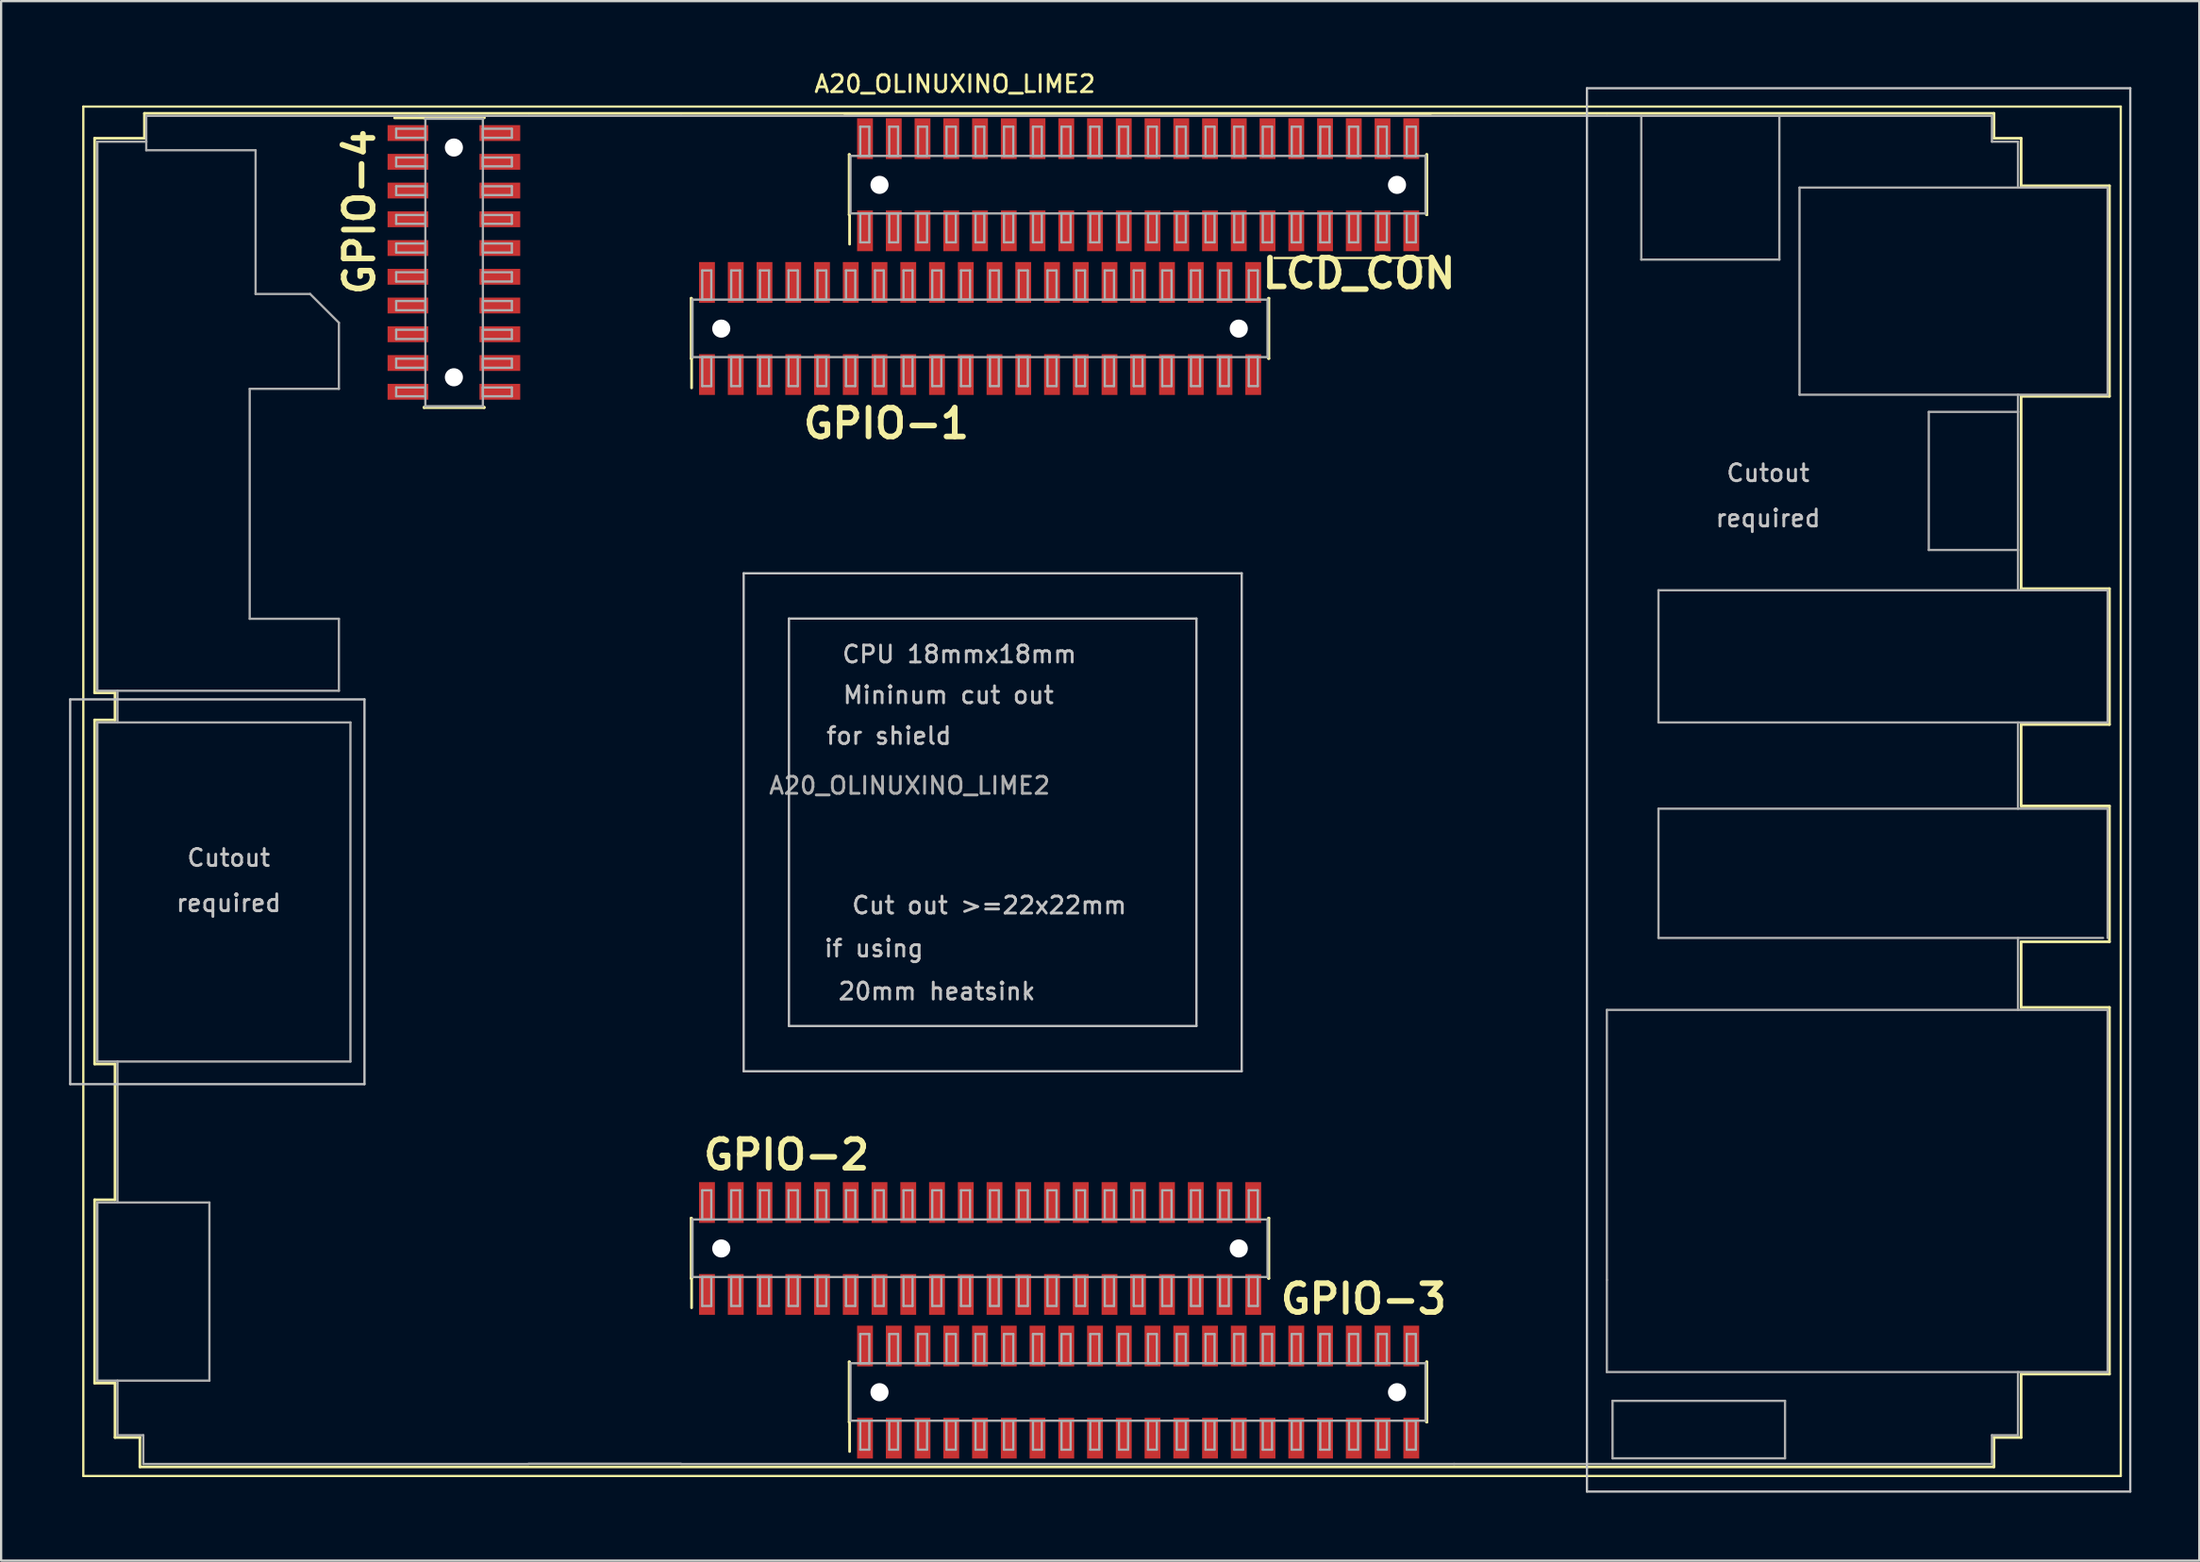
<source format=kicad_pcb>
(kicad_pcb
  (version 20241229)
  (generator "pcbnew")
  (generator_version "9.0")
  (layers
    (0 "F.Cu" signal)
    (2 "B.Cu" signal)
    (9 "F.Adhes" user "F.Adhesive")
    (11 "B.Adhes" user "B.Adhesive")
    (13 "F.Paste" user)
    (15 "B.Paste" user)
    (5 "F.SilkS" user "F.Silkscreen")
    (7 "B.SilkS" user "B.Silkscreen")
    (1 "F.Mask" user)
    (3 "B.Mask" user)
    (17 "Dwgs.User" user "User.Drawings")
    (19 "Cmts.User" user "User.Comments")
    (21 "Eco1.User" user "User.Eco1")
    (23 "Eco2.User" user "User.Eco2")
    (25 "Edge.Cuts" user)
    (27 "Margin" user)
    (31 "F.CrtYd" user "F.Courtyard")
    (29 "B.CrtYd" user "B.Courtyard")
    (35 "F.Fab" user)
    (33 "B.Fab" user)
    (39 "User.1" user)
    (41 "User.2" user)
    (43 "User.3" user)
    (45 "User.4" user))
  (footprint "A20_OLINUXINO_LIME2"
    (layer "F.Cu")
    (at 37.13 31.658)
    (property "Reference" "A20_OLINUXINO_LIME2" (at 2 -31 0) (layer "F.SilkS") (effects (font (size 0.75 0.75) (thickness 0.125))))
    (attr smd)
    (fp_line (start -36.5 -30) (end -36.5 30.5) (stroke (width 0.1) (type solid)) (layer "F.SilkS"))
    (fp_line (start -36.5 30.5) (end 53.5 30.5) (stroke (width 0.1) (type solid)) (layer "F.SilkS"))
    (fp_line (start -36 -28.6) (end -36 -4.1) (stroke (width 0.12) (type solid)) (layer "F.SilkS"))
    (fp_line (start -36 -4.1) (end -35.1 -4.1) (stroke (width 0.12) (type solid)) (layer "F.SilkS"))
    (fp_line (start -36 -2.9) (end -36 12.3) (stroke (width 0.12) (type solid)) (layer "F.SilkS"))
    (fp_line (start -36 12.3) (end -35.1 12.3) (stroke (width 0.12) (type solid)) (layer "F.SilkS"))
    (fp_line (start -36 18.3) (end -36 26.4) (stroke (width 0.12) (type solid)) (layer "F.SilkS"))
    (fp_line (start -36 26.4) (end -35.1 26.4) (stroke (width 0.12) (type solid)) (layer "F.SilkS"))
    (fp_line (start -35.1 -4.1) (end -35.1 -2.9) (stroke (width 0.12) (type solid)) (layer "F.SilkS"))
    (fp_line (start -35.1 -2.9) (end -36 -2.9) (stroke (width 0.12) (type solid)) (layer "F.SilkS"))
    (fp_line (start -35.1 12.3) (end -35.1 18.3) (stroke (width 0.12) (type solid)) (layer "F.SilkS"))
    (fp_line (start -35.1 18.3) (end -36 18.3) (stroke (width 0.12) (type solid)) (layer "F.SilkS"))
    (fp_line (start -35.1 26.4) (end -35.1 28.8) (stroke (width 0.12) (type solid)) (layer "F.SilkS"))
    (fp_line (start -35.1 28.8) (end -34 28.8) (stroke (width 0.12) (type solid)) (layer "F.SilkS"))
    (fp_line (start -34 28.8) (end -34 30.1) (stroke (width 0.12) (type solid)) (layer "F.SilkS"))
    (fp_line (start -34 30.1) (end 47.9 30.1) (stroke (width 0.12) (type solid)) (layer "F.SilkS"))
    (fp_line (start -33.8 -29.7) (end -33.8 -28.6) (stroke (width 0.12) (type solid)) (layer "F.SilkS"))
    (fp_line (start -33.8 -28.6) (end -36 -28.6) (stroke (width 0.12) (type solid)) (layer "F.SilkS"))
    (fp_line (start -22.75 -29.5) (end -21.45 -29.5) (stroke (width 0.12) (type solid)) (layer "F.SilkS"))
    (fp_line (start -21.45 -29.52) (end -18.79 -29.52) (stroke (width 0.12) (type solid)) (layer "F.SilkS"))
    (fp_line (start -21.45 -29.5) (end -21.45 -29.52) (stroke (width 0.12) (type solid)) (layer "F.SilkS"))
    (fp_line (start -21.45 -16.72) (end -21.45 -16.7) (stroke (width 0.12) (type solid)) (layer "F.SilkS"))
    (fp_line (start -21.45 -16.7) (end -18.79 -16.7) (stroke (width 0.12) (type solid)) (layer "F.SilkS"))
    (fp_line (start -18.79 -29.52) (end -18.79 -29.5) (stroke (width 0.12) (type solid)) (layer "F.SilkS"))
    (fp_line (start -18.79 -16.7) (end -18.79 -16.72) (stroke (width 0.12) (type solid)) (layer "F.SilkS"))
    (fp_line (start -9.65 -21.53) (end -9.63 -21.53) (stroke (width 0.12) (type solid)) (layer "F.SilkS"))
    (fp_line (start -9.65 -18.87) (end -9.65 -21.53) (stroke (width 0.12) (type solid)) (layer "F.SilkS"))
    (fp_line (start -9.65 19.11) (end -9.63 19.11) (stroke (width 0.12) (type solid)) (layer "F.SilkS"))
    (fp_line (start -9.65 21.77) (end -9.65 19.11) (stroke (width 0.12) (type solid)) (layer "F.SilkS"))
    (fp_line (start -9.63 -18.87) (end -9.65 -18.87) (stroke (width 0.12) (type solid)) (layer "F.SilkS"))
    (fp_line (start -9.63 -17.57) (end -9.63 -18.87) (stroke (width 0.12) (type solid)) (layer "F.SilkS"))
    (fp_line (start -9.63 21.77) (end -9.65 21.77) (stroke (width 0.12) (type solid)) (layer "F.SilkS"))
    (fp_line (start -9.63 23.07) (end -9.63 21.77) (stroke (width 0.12) (type solid)) (layer "F.SilkS"))
    (fp_line (start -2.67 -27.88) (end -2.65 -27.88) (stroke (width 0.12) (type solid)) (layer "F.SilkS"))
    (fp_line (start -2.67 -25.22) (end -2.67 -27.88) (stroke (width 0.12) (type solid)) (layer "F.SilkS"))
    (fp_line (start -2.67 25.46) (end -2.65 25.46) (stroke (width 0.12) (type solid)) (layer "F.SilkS"))
    (fp_line (start -2.67 28.12) (end -2.67 25.46) (stroke (width 0.12) (type solid)) (layer "F.SilkS"))
    (fp_line (start -2.65 -25.22) (end -2.67 -25.22) (stroke (width 0.12) (type solid)) (layer "F.SilkS"))
    (fp_line (start -2.65 -23.92) (end -2.65 -25.22) (stroke (width 0.12) (type solid)) (layer "F.SilkS"))
    (fp_line (start -2.65 28.12) (end -2.67 28.12) (stroke (width 0.12) (type solid)) (layer "F.SilkS"))
    (fp_line (start -2.65 29.42) (end -2.65 28.12) (stroke (width 0.12) (type solid)) (layer "F.SilkS"))
    (fp_line (start 15.85 -18.87) (end 15.87 -18.87) (stroke (width 0.12) (type solid)) (layer "F.SilkS"))
    (fp_line (start 15.85 21.77) (end 15.87 21.77) (stroke (width 0.12) (type solid)) (layer "F.SilkS"))
    (fp_line (start 15.87 -21.53) (end 15.85 -21.53) (stroke (width 0.12) (type solid)) (layer "F.SilkS"))
    (fp_line (start 15.87 -18.87) (end 15.87 -21.53) (stroke (width 0.12) (type solid)) (layer "F.SilkS"))
    (fp_line (start 15.87 19.11) (end 15.85 19.11) (stroke (width 0.12) (type solid)) (layer "F.SilkS"))
    (fp_line (start 15.87 21.77) (end 15.87 19.11) (stroke (width 0.12) (type solid)) (layer "F.SilkS"))
    (fp_line (start 16.12 -23.31) (end 23.02 -23.31) (stroke (width 0.1) (type solid)) (layer "F.SilkS"))
    (fp_line (start 22.83 -25.22) (end 22.85 -25.22) (stroke (width 0.12) (type solid)) (layer "F.SilkS"))
    (fp_line (start 22.83 28.12) (end 22.85 28.12) (stroke (width 0.12) (type solid)) (layer "F.SilkS"))
    (fp_line (start 22.85 -27.88) (end 22.83 -27.88) (stroke (width 0.12) (type solid)) (layer "F.SilkS"))
    (fp_line (start 22.85 -25.22) (end 22.85 -27.88) (stroke (width 0.12) (type solid)) (layer "F.SilkS"))
    (fp_line (start 22.85 25.46) (end 22.83 25.46) (stroke (width 0.12) (type solid)) (layer "F.SilkS"))
    (fp_line (start 22.85 28.12) (end 22.85 25.46) (stroke (width 0.12) (type solid)) (layer "F.SilkS"))
    (fp_line (start 23.02 -29.61) (end -2.88 -29.61) (stroke (width 0.1) (type solid)) (layer "F.SilkS"))
    (fp_line (start 47.9 -29.7) (end -33.8 -29.7) (stroke (width 0.12) (type solid)) (layer "F.SilkS"))
    (fp_line (start 47.9 -28.6) (end 47.9 -29.7) (stroke (width 0.12) (type solid)) (layer "F.SilkS"))
    (fp_line (start 47.9 28.8) (end 49.1 28.8) (stroke (width 0.12) (type solid)) (layer "F.SilkS"))
    (fp_line (start 47.9 30.1) (end 47.9 28.8) (stroke (width 0.12) (type solid)) (layer "F.SilkS"))
    (fp_line (start 49.1 -28.6) (end 47.9 -28.6) (stroke (width 0.12) (type solid)) (layer "F.SilkS"))
    (fp_line (start 49.1 -26.5) (end 49.1 -28.6) (stroke (width 0.12) (type solid)) (layer "F.SilkS"))
    (fp_line (start 49.1 -17.2) (end 53 -17.2) (stroke (width 0.12) (type solid)) (layer "F.SilkS"))
    (fp_line (start 49.1 -8.7) (end 49.1 -17.2) (stroke (width 0.12) (type solid)) (layer "F.SilkS"))
    (fp_line (start 49.1 -2.7) (end 53 -2.7) (stroke (width 0.12) (type solid)) (layer "F.SilkS"))
    (fp_line (start 49.1 0.9) (end 49.1 -2.7) (stroke (width 0.12) (type solid)) (layer "F.SilkS"))
    (fp_line (start 49.1 6.9) (end 53 6.9) (stroke (width 0.12) (type solid)) (layer "F.SilkS"))
    (fp_line (start 49.1 9.8) (end 49.1 6.9) (stroke (width 0.12) (type solid)) (layer "F.SilkS"))
    (fp_line (start 49.1 26) (end 53 26) (stroke (width 0.12) (type solid)) (layer "F.SilkS"))
    (fp_line (start 49.1 28.8) (end 49.1 26) (stroke (width 0.12) (type solid)) (layer "F.SilkS"))
    (fp_line (start 53 -26.5) (end 49.1 -26.5) (stroke (width 0.12) (type solid)) (layer "F.SilkS"))
    (fp_line (start 53 -17.2) (end 53 -26.5) (stroke (width 0.12) (type solid)) (layer "F.SilkS"))
    (fp_line (start 53 -8.7) (end 49.1 -8.7) (stroke (width 0.12) (type solid)) (layer "F.SilkS"))
    (fp_line (start 53 -2.7) (end 53 -8.7) (stroke (width 0.12) (type solid)) (layer "F.SilkS"))
    (fp_line (start 53 0.9) (end 49.1 0.9) (stroke (width 0.12) (type solid)) (layer "F.SilkS"))
    (fp_line (start 53 6.9) (end 53 0.9) (stroke (width 0.12) (type solid)) (layer "F.SilkS"))
    (fp_line (start 53 9.8) (end 49.1 9.8) (stroke (width 0.12) (type solid)) (layer "F.SilkS"))
    (fp_line (start 53 26) (end 53 9.8) (stroke (width 0.12) (type solid)) (layer "F.SilkS"))
    (fp_line (start 53.5 -30) (end -36.5 -30) (stroke (width 0.1) (type solid)) (layer "F.SilkS"))
    (fp_line (start 53.5 30.5) (end 53.5 -30) (stroke (width 0.1) (type solid)) (layer "F.SilkS"))
    (fp_line (start -37.08 -3.81) (end -37.08 13.19) (stroke (width 0.1) (type solid)) (layer "Dwgs.User"))
    (fp_line (start -37.08 13.19) (end -24.08 13.19) (stroke (width 0.1) (type solid)) (layer "Dwgs.User"))
    (fp_line (start -24.08 -3.81) (end -37.08 -3.81) (stroke (width 0.1) (type solid)) (layer "Dwgs.User"))
    (fp_line (start -24.08 13.19) (end -24.08 -3.81) (stroke (width 0.1) (type solid)) (layer "Dwgs.User"))
    (fp_line (start -7.33 -9.38) (end -7.33 12.62) (stroke (width 0.1) (type solid)) (layer "Dwgs.User"))
    (fp_line (start -7.33 12.62) (end 14.67 12.62) (stroke (width 0.1) (type solid)) (layer "Dwgs.User"))
    (fp_line (start -5.33 -7.38) (end -5.33 10.62) (stroke (width 0.1) (type solid)) (layer "Dwgs.User"))
    (fp_line (start -5.33 10.62) (end 12.67 10.62) (stroke (width 0.1) (type solid)) (layer "Dwgs.User"))
    (fp_line (start 12.67 -7.38) (end -5.33 -7.38) (stroke (width 0.1) (type solid)) (layer "Dwgs.User"))
    (fp_line (start 12.67 10.62) (end 12.67 -7.38) (stroke (width 0.1) (type solid)) (layer "Dwgs.User"))
    (fp_line (start 14.67 -9.38) (end -7.33 -9.38) (stroke (width 0.1) (type solid)) (layer "Dwgs.User"))
    (fp_line (start 14.67 12.62) (end 14.67 -9.38) (stroke (width 0.1) (type solid)) (layer "Dwgs.User"))
    (fp_line (start 29.92 -30.81) (end 53.92 -30.81) (stroke (width 0.1) (type solid)) (layer "Dwgs.User"))
    (fp_line (start 29.92 31.19) (end 29.92 -30.81) (stroke (width 0.1) (type solid)) (layer "Dwgs.User"))
    (fp_line (start 53.92 -30.81) (end 53.92 31.19) (stroke (width 0.1) (type solid)) (layer "Dwgs.User"))
    (fp_line (start 53.92 31.19) (end 29.92 31.19) (stroke (width 0.1) (type solid)) (layer "Dwgs.User"))
    (fp_line (start -35.88 -28.45) (end -33.72 -28.45) (stroke (width 0.1) (type solid)) (layer "F.Fab"))
    (fp_line (start -35.88 -4.19) (end -35.88 -28.45) (stroke (width 0.1) (type solid)) (layer "F.Fab"))
    (fp_line (start -35.88 -4.19) (end -25.21 -4.19) (stroke (width 0.1) (type solid)) (layer "F.Fab"))
    (fp_line (start -35.88 12.19) (end -35.88 -2.79) (stroke (width 0.1) (type solid)) (layer "F.Fab"))
    (fp_line (start -35.88 12.19) (end -24.7 12.19) (stroke (width 0.1) (type solid)) (layer "F.Fab"))
    (fp_line (start -35.88 26.29) (end -35.88 18.42) (stroke (width 0.1) (type solid)) (layer "F.Fab"))
    (fp_line (start -35.88 26.29) (end -30.93 26.29) (stroke (width 0.1) (type solid)) (layer "F.Fab"))
    (fp_line (start -34.99 -2.79) (end -34.99 -4.19) (stroke (width 0.1) (type solid)) (layer "F.Fab"))
    (fp_line (start -34.99 18.42) (end -34.99 12.19) (stroke (width 0.1) (type solid)) (layer "F.Fab"))
    (fp_line (start -34.99 28.7) (end -34.99 26.29) (stroke (width 0.1) (type solid)) (layer "F.Fab"))
    (fp_line (start -33.85 28.7) (end -34.99 28.7) (stroke (width 0.1) (type solid)) (layer "F.Fab"))
    (fp_line (start -33.85 29.97) (end -33.85 28.7) (stroke (width 0.1) (type solid)) (layer "F.Fab"))
    (fp_line (start -33.72 -29.59) (end -21.65 -29.59) (stroke (width 0.1) (type solid)) (layer "F.Fab"))
    (fp_line (start -33.72 -28.45) (end -33.72 -29.59) (stroke (width 0.1) (type solid)) (layer "F.Fab"))
    (fp_line (start -33.72 -28.07) (end -33.72 -28.45) (stroke (width 0.1) (type solid)) (layer "F.Fab"))
    (fp_line (start -30.93 18.42) (end -35.88 18.42) (stroke (width 0.1) (type solid)) (layer "F.Fab"))
    (fp_line (start -30.93 26.29) (end -30.93 18.42) (stroke (width 0.1) (type solid)) (layer "F.Fab"))
    (fp_line (start -29.15 -17.53) (end -25.21 -17.53) (stroke (width 0.1) (type solid)) (layer "F.Fab"))
    (fp_line (start -29.15 -7.37) (end -29.15 -17.53) (stroke (width 0.1) (type solid)) (layer "F.Fab"))
    (fp_line (start -28.89 -28.07) (end -33.72 -28.07) (stroke (width 0.1) (type solid)) (layer "F.Fab"))
    (fp_line (start -28.89 -21.72) (end -28.89 -28.07) (stroke (width 0.1) (type solid)) (layer "F.Fab"))
    (fp_line (start -26.48 -21.72) (end -28.89 -21.72) (stroke (width 0.1) (type solid)) (layer "F.Fab"))
    (fp_line (start -25.21 -20.45) (end -26.48 -21.72) (stroke (width 0.1) (type solid)) (layer "F.Fab"))
    (fp_line (start -25.21 -17.53) (end -25.21 -20.45) (stroke (width 0.1) (type solid)) (layer "F.Fab"))
    (fp_line (start -25.21 -7.37) (end -29.15 -7.37) (stroke (width 0.1) (type solid)) (layer "F.Fab"))
    (fp_line (start -25.21 -4.19) (end -25.21 -7.37) (stroke (width 0.1) (type solid)) (layer "F.Fab"))
    (fp_line (start -24.7 -2.79) (end -35.88 -2.79) (stroke (width 0.1) (type solid)) (layer "F.Fab"))
    (fp_line (start -24.7 12.19) (end -24.7 -2.79) (stroke (width 0.1) (type solid)) (layer "F.Fab"))
    (fp_line (start -22.68 -29.02) (end -21.39 -29.02) (stroke (width 0.1) (type solid)) (layer "F.Fab"))
    (fp_line (start -22.68 -28.62) (end -22.68 -29.02) (stroke (width 0.1) (type solid)) (layer "F.Fab"))
    (fp_line (start -22.68 -27.75) (end -21.39 -27.75) (stroke (width 0.1) (type solid)) (layer "F.Fab"))
    (fp_line (start -22.68 -27.36) (end -22.68 -27.75) (stroke (width 0.1) (type solid)) (layer "F.Fab"))
    (fp_line (start -22.68 -26.48) (end -21.39 -26.48) (stroke (width 0.1) (type solid)) (layer "F.Fab"))
    (fp_line (start -22.68 -26.09) (end -22.68 -26.48) (stroke (width 0.1) (type solid)) (layer "F.Fab"))
    (fp_line (start -22.68 -25.21) (end -21.39 -25.21) (stroke (width 0.1) (type solid)) (layer "F.Fab"))
    (fp_line (start -22.68 -24.82) (end -22.68 -25.21) (stroke (width 0.1) (type solid)) (layer "F.Fab"))
    (fp_line (start -22.68 -23.95) (end -21.39 -23.95) (stroke (width 0.1) (type solid)) (layer "F.Fab"))
    (fp_line (start -22.68 -23.55) (end -22.68 -23.95) (stroke (width 0.1) (type solid)) (layer "F.Fab"))
    (fp_line (start -22.68 -22.68) (end -21.39 -22.68) (stroke (width 0.1) (type solid)) (layer "F.Fab"))
    (fp_line (start -22.68 -22.27) (end -22.68 -22.68) (stroke (width 0.1) (type solid)) (layer "F.Fab"))
    (fp_line (start -22.68 -21.41) (end -21.39 -21.41) (stroke (width 0.1) (type solid)) (layer "F.Fab"))
    (fp_line (start -22.68 -21) (end -22.68 -21.41) (stroke (width 0.1) (type solid)) (layer "F.Fab"))
    (fp_line (start -22.68 -20.14) (end -21.39 -20.14) (stroke (width 0.1) (type solid)) (layer "F.Fab"))
    (fp_line (start -22.68 -19.73) (end -22.68 -20.14) (stroke (width 0.1) (type solid)) (layer "F.Fab"))
    (fp_line (start -22.68 -18.86) (end -21.39 -18.86) (stroke (width 0.1) (type solid)) (layer "F.Fab"))
    (fp_line (start -22.68 -18.46) (end -22.68 -18.86) (stroke (width 0.1) (type solid)) (layer "F.Fab"))
    (fp_line (start -22.68 -17.59) (end -21.39 -17.59) (stroke (width 0.1) (type solid)) (layer "F.Fab"))
    (fp_line (start -22.68 -17.2) (end -22.68 -17.59) (stroke (width 0.1) (type solid)) (layer "F.Fab"))
    (fp_line (start -21.65 -29.59) (end -18.61 -29.59) (stroke (width 0.1) (type solid)) (layer "F.Fab"))
    (fp_line (start -21.39 -29.46) (end -21.39 -16.76) (stroke (width 0.1) (type solid)) (layer "F.Fab"))
    (fp_line (start -21.39 -29.02) (end -21.39 -28.62) (stroke (width 0.1) (type solid)) (layer "F.Fab"))
    (fp_line (start -21.39 -28.62) (end -22.68 -28.62) (stroke (width 0.1) (type solid)) (layer "F.Fab"))
    (fp_line (start -21.39 -27.75) (end -21.39 -27.36) (stroke (width 0.1) (type solid)) (layer "F.Fab"))
    (fp_line (start -21.39 -27.36) (end -22.68 -27.36) (stroke (width 0.1) (type solid)) (layer "F.Fab"))
    (fp_line (start -21.39 -26.48) (end -21.39 -26.09) (stroke (width 0.1) (type solid)) (layer "F.Fab"))
    (fp_line (start -21.39 -26.09) (end -22.68 -26.09) (stroke (width 0.1) (type solid)) (layer "F.Fab"))
    (fp_line (start -21.39 -25.21) (end -21.39 -24.82) (stroke (width 0.1) (type solid)) (layer "F.Fab"))
    (fp_line (start -21.39 -24.82) (end -22.68 -24.82) (stroke (width 0.1) (type solid)) (layer "F.Fab"))
    (fp_line (start -21.39 -23.95) (end -21.39 -23.55) (stroke (width 0.1) (type solid)) (layer "F.Fab"))
    (fp_line (start -21.39 -23.55) (end -22.68 -23.55) (stroke (width 0.1) (type solid)) (layer "F.Fab"))
    (fp_line (start -21.39 -22.68) (end -21.39 -22.27) (stroke (width 0.1) (type solid)) (layer "F.Fab"))
    (fp_line (start -21.39 -22.27) (end -22.68 -22.27) (stroke (width 0.1) (type solid)) (layer "F.Fab"))
    (fp_line (start -21.39 -21.41) (end -21.39 -21) (stroke (width 0.1) (type solid)) (layer "F.Fab"))
    (fp_line (start -21.39 -21) (end -22.68 -21) (stroke (width 0.1) (type solid)) (layer "F.Fab"))
    (fp_line (start -21.39 -20.14) (end -21.39 -19.73) (stroke (width 0.1) (type solid)) (layer "F.Fab"))
    (fp_line (start -21.39 -19.73) (end -22.68 -19.73) (stroke (width 0.1) (type solid)) (layer "F.Fab"))
    (fp_line (start -21.39 -18.86) (end -21.39 -18.46) (stroke (width 0.1) (type solid)) (layer "F.Fab"))
    (fp_line (start -21.39 -18.46) (end -22.68 -18.46) (stroke (width 0.1) (type solid)) (layer "F.Fab"))
    (fp_line (start -21.39 -17.59) (end -21.39 -17.2) (stroke (width 0.1) (type solid)) (layer "F.Fab"))
    (fp_line (start -21.39 -17.2) (end -22.68 -17.2) (stroke (width 0.1) (type solid)) (layer "F.Fab"))
    (fp_line (start -21.39 -16.76) (end -18.85 -16.76) (stroke (width 0.1) (type solid)) (layer "F.Fab"))
    (fp_line (start -18.85 -29.46) (end -21.39 -29.46) (stroke (width 0.1) (type solid)) (layer "F.Fab"))
    (fp_line (start -18.85 -29.02) (end -18.85 -28.62) (stroke (width 0.1) (type solid)) (layer "F.Fab"))
    (fp_line (start -18.85 -28.62) (end -17.57 -28.62) (stroke (width 0.1) (type solid)) (layer "F.Fab"))
    (fp_line (start -18.85 -27.75) (end -18.85 -27.36) (stroke (width 0.1) (type solid)) (layer "F.Fab"))
    (fp_line (start -18.85 -27.36) (end -17.57 -27.36) (stroke (width 0.1) (type solid)) (layer "F.Fab"))
    (fp_line (start -18.85 -26.48) (end -18.85 -26.09) (stroke (width 0.1) (type solid)) (layer "F.Fab"))
    (fp_line (start -18.85 -26.09) (end -17.57 -26.09) (stroke (width 0.1) (type solid)) (layer "F.Fab"))
    (fp_line (start -18.85 -25.21) (end -18.85 -24.82) (stroke (width 0.1) (type solid)) (layer "F.Fab"))
    (fp_line (start -18.85 -24.82) (end -17.57 -24.82) (stroke (width 0.1) (type solid)) (layer "F.Fab"))
    (fp_line (start -18.85 -23.95) (end -18.85 -23.55) (stroke (width 0.1) (type solid)) (layer "F.Fab"))
    (fp_line (start -18.85 -23.55) (end -17.57 -23.55) (stroke (width 0.1) (type solid)) (layer "F.Fab"))
    (fp_line (start -18.85 -22.68) (end -18.85 -22.27) (stroke (width 0.1) (type solid)) (layer "F.Fab"))
    (fp_line (start -18.85 -22.27) (end -17.57 -22.27) (stroke (width 0.1) (type solid)) (layer "F.Fab"))
    (fp_line (start -18.85 -21.41) (end -18.85 -21) (stroke (width 0.1) (type solid)) (layer "F.Fab"))
    (fp_line (start -18.85 -21) (end -17.57 -21) (stroke (width 0.1) (type solid)) (layer "F.Fab"))
    (fp_line (start -18.85 -20.14) (end -18.85 -19.73) (stroke (width 0.1) (type solid)) (layer "F.Fab"))
    (fp_line (start -18.85 -19.73) (end -17.57 -19.73) (stroke (width 0.1) (type solid)) (layer "F.Fab"))
    (fp_line (start -18.85 -18.86) (end -18.85 -18.46) (stroke (width 0.1) (type solid)) (layer "F.Fab"))
    (fp_line (start -18.85 -18.46) (end -17.57 -18.46) (stroke (width 0.1) (type solid)) (layer "F.Fab"))
    (fp_line (start -18.85 -17.59) (end -18.85 -17.2) (stroke (width 0.1) (type solid)) (layer "F.Fab"))
    (fp_line (start -18.85 -17.2) (end -17.57 -17.2) (stroke (width 0.1) (type solid)) (layer "F.Fab"))
    (fp_line (start -18.85 -16.76) (end -18.85 -29.46) (stroke (width 0.1) (type solid)) (layer "F.Fab"))
    (fp_line (start -18.61 -29.59) (end -16.83 -29.59) (stroke (width 0.1) (type solid)) (layer "F.Fab"))
    (fp_line (start -17.57 -29.02) (end -18.85 -29.02) (stroke (width 0.1) (type solid)) (layer "F.Fab"))
    (fp_line (start -17.57 -28.62) (end -17.57 -29.02) (stroke (width 0.1) (type solid)) (layer "F.Fab"))
    (fp_line (start -17.57 -27.75) (end -18.85 -27.75) (stroke (width 0.1) (type solid)) (layer "F.Fab"))
    (fp_line (start -17.57 -27.36) (end -17.57 -27.75) (stroke (width 0.1) (type solid)) (layer "F.Fab"))
    (fp_line (start -17.57 -26.48) (end -18.85 -26.48) (stroke (width 0.1) (type solid)) (layer "F.Fab"))
    (fp_line (start -17.57 -26.09) (end -17.57 -26.48) (stroke (width 0.1) (type solid)) (layer "F.Fab"))
    (fp_line (start -17.57 -25.21) (end -18.85 -25.21) (stroke (width 0.1) (type solid)) (layer "F.Fab"))
    (fp_line (start -17.57 -24.82) (end -17.57 -25.21) (stroke (width 0.1) (type solid)) (layer "F.Fab"))
    (fp_line (start -17.57 -23.95) (end -18.85 -23.95) (stroke (width 0.1) (type solid)) (layer "F.Fab"))
    (fp_line (start -17.57 -23.55) (end -17.57 -23.95) (stroke (width 0.1) (type solid)) (layer "F.Fab"))
    (fp_line (start -17.57 -22.68) (end -18.85 -22.68) (stroke (width 0.1) (type solid)) (layer "F.Fab"))
    (fp_line (start -17.57 -22.27) (end -17.57 -22.68) (stroke (width 0.1) (type solid)) (layer "F.Fab"))
    (fp_line (start -17.57 -21.41) (end -18.85 -21.41) (stroke (width 0.1) (type solid)) (layer "F.Fab"))
    (fp_line (start -17.57 -21) (end -17.57 -21.41) (stroke (width 0.1) (type solid)) (layer "F.Fab"))
    (fp_line (start -17.57 -20.14) (end -18.85 -20.14) (stroke (width 0.1) (type solid)) (layer "F.Fab"))
    (fp_line (start -17.57 -19.73) (end -17.57 -20.14) (stroke (width 0.1) (type solid)) (layer "F.Fab"))
    (fp_line (start -17.57 -18.86) (end -18.85 -18.86) (stroke (width 0.1) (type solid)) (layer "F.Fab"))
    (fp_line (start -17.57 -18.46) (end -17.57 -18.86) (stroke (width 0.1) (type solid)) (layer "F.Fab"))
    (fp_line (start -17.57 -17.59) (end -18.85 -17.59) (stroke (width 0.1) (type solid)) (layer "F.Fab"))
    (fp_line (start -17.57 -17.2) (end -17.57 -17.59) (stroke (width 0.1) (type solid)) (layer "F.Fab"))
    (fp_line (start -16.83 29.97) (end -33.85 29.97) (stroke (width 0.1) (type solid)) (layer "F.Fab"))
    (fp_line (start -16.82 -29.59) (end -10.08 -29.59) (stroke (width 0.1) (type solid)) (layer "F.Fab"))
    (fp_line (start -10.1 -29.59) (end 24.07 -29.59) (stroke (width 0.1) (type solid)) (layer "F.Fab"))
    (fp_line (start -10.1 29.96) (end -16.83 29.96) (stroke (width 0.1) (type solid)) (layer "F.Fab"))
    (fp_line (start -9.59 -21.47) (end -9.59 -18.93) (stroke (width 0.1) (type solid)) (layer "F.Fab"))
    (fp_line (start -9.59 -18.93) (end 15.81 -18.93) (stroke (width 0.1) (type solid)) (layer "F.Fab"))
    (fp_line (start -9.59 19.17) (end -9.59 21.71) (stroke (width 0.1) (type solid)) (layer "F.Fab"))
    (fp_line (start -9.59 21.71) (end 15.81 21.71) (stroke (width 0.1) (type solid)) (layer "F.Fab"))
    (fp_line (start -9.16 -22.76) (end -9.16 -21.47) (stroke (width 0.1) (type solid)) (layer "F.Fab"))
    (fp_line (start -9.16 -21.47) (end -8.76 -21.47) (stroke (width 0.1) (type solid)) (layer "F.Fab"))
    (fp_line (start -9.16 -18.93) (end -8.76 -18.93) (stroke (width 0.1) (type solid)) (layer "F.Fab"))
    (fp_line (start -9.16 -17.65) (end -9.16 -18.93) (stroke (width 0.1) (type solid)) (layer "F.Fab"))
    (fp_line (start -9.16 17.88) (end -9.16 19.17) (stroke (width 0.1) (type solid)) (layer "F.Fab"))
    (fp_line (start -9.16 19.17) (end -8.76 19.17) (stroke (width 0.1) (type solid)) (layer "F.Fab"))
    (fp_line (start -9.16 21.71) (end -8.76 21.71) (stroke (width 0.1) (type solid)) (layer "F.Fab"))
    (fp_line (start -9.16 22.99) (end -9.16 21.71) (stroke (width 0.1) (type solid)) (layer "F.Fab"))
    (fp_line (start -8.76 -22.76) (end -9.16 -22.76) (stroke (width 0.1) (type solid)) (layer "F.Fab"))
    (fp_line (start -8.76 -21.47) (end -8.76 -22.76) (stroke (width 0.1) (type solid)) (layer "F.Fab"))
    (fp_line (start -8.76 -18.93) (end -8.76 -17.65) (stroke (width 0.1) (type solid)) (layer "F.Fab"))
    (fp_line (start -8.76 -17.65) (end -9.16 -17.65) (stroke (width 0.1) (type solid)) (layer "F.Fab"))
    (fp_line (start -8.76 17.88) (end -9.16 17.88) (stroke (width 0.1) (type solid)) (layer "F.Fab"))
    (fp_line (start -8.76 19.17) (end -8.76 17.88) (stroke (width 0.1) (type solid)) (layer "F.Fab"))
    (fp_line (start -8.76 21.71) (end -8.76 22.99) (stroke (width 0.1) (type solid)) (layer "F.Fab"))
    (fp_line (start -8.76 22.99) (end -9.16 22.99) (stroke (width 0.1) (type solid)) (layer "F.Fab"))
    (fp_line (start -7.88 -22.76) (end -7.88 -21.47) (stroke (width 0.1) (type solid)) (layer "F.Fab"))
    (fp_line (start -7.88 -21.47) (end -7.49 -21.47) (stroke (width 0.1) (type solid)) (layer "F.Fab"))
    (fp_line (start -7.88 -18.93) (end -7.49 -18.93) (stroke (width 0.1) (type solid)) (layer "F.Fab"))
    (fp_line (start -7.88 -17.65) (end -7.88 -18.93) (stroke (width 0.1) (type solid)) (layer "F.Fab"))
    (fp_line (start -7.88 17.88) (end -7.88 19.17) (stroke (width 0.1) (type solid)) (layer "F.Fab"))
    (fp_line (start -7.88 19.17) (end -7.49 19.17) (stroke (width 0.1) (type solid)) (layer "F.Fab"))
    (fp_line (start -7.88 21.71) (end -7.49 21.71) (stroke (width 0.1) (type solid)) (layer "F.Fab"))
    (fp_line (start -7.88 22.99) (end -7.88 21.71) (stroke (width 0.1) (type solid)) (layer "F.Fab"))
    (fp_line (start -7.49 -22.76) (end -7.88 -22.76) (stroke (width 0.1) (type solid)) (layer "F.Fab"))
    (fp_line (start -7.49 -21.47) (end -7.49 -22.76) (stroke (width 0.1) (type solid)) (layer "F.Fab"))
    (fp_line (start -7.49 -18.93) (end -7.49 -17.65) (stroke (width 0.1) (type solid)) (layer "F.Fab"))
    (fp_line (start -7.49 -17.65) (end -7.88 -17.65) (stroke (width 0.1) (type solid)) (layer "F.Fab"))
    (fp_line (start -7.49 17.88) (end -7.88 17.88) (stroke (width 0.1) (type solid)) (layer "F.Fab"))
    (fp_line (start -7.49 19.17) (end -7.49 17.88) (stroke (width 0.1) (type solid)) (layer "F.Fab"))
    (fp_line (start -7.49 21.71) (end -7.49 22.99) (stroke (width 0.1) (type solid)) (layer "F.Fab"))
    (fp_line (start -7.49 22.99) (end -7.88 22.99) (stroke (width 0.1) (type solid)) (layer "F.Fab"))
    (fp_line (start -6.61 -22.76) (end -6.61 -21.47) (stroke (width 0.1) (type solid)) (layer "F.Fab"))
    (fp_line (start -6.61 -21.47) (end -6.21 -21.47) (stroke (width 0.1) (type solid)) (layer "F.Fab"))
    (fp_line (start -6.61 -18.93) (end -6.21 -18.93) (stroke (width 0.1) (type solid)) (layer "F.Fab"))
    (fp_line (start -6.61 -17.65) (end -6.61 -18.93) (stroke (width 0.1) (type solid)) (layer "F.Fab"))
    (fp_line (start -6.61 17.88) (end -6.61 19.17) (stroke (width 0.1) (type solid)) (layer "F.Fab"))
    (fp_line (start -6.61 19.17) (end -6.21 19.17) (stroke (width 0.1) (type solid)) (layer "F.Fab"))
    (fp_line (start -6.61 21.71) (end -6.21 21.71) (stroke (width 0.1) (type solid)) (layer "F.Fab"))
    (fp_line (start -6.61 22.99) (end -6.61 21.71) (stroke (width 0.1) (type solid)) (layer "F.Fab"))
    (fp_line (start -6.21 -22.76) (end -6.61 -22.76) (stroke (width 0.1) (type solid)) (layer "F.Fab"))
    (fp_line (start -6.21 -21.47) (end -6.21 -22.76) (stroke (width 0.1) (type solid)) (layer "F.Fab"))
    (fp_line (start -6.21 -18.93) (end -6.21 -17.65) (stroke (width 0.1) (type solid)) (layer "F.Fab"))
    (fp_line (start -6.21 -17.65) (end -6.61 -17.65) (stroke (width 0.1) (type solid)) (layer "F.Fab"))
    (fp_line (start -6.21 17.88) (end -6.61 17.88) (stroke (width 0.1) (type solid)) (layer "F.Fab"))
    (fp_line (start -6.21 19.17) (end -6.21 17.88) (stroke (width 0.1) (type solid)) (layer "F.Fab"))
    (fp_line (start -6.21 21.71) (end -6.21 22.99) (stroke (width 0.1) (type solid)) (layer "F.Fab"))
    (fp_line (start -6.21 22.99) (end -6.61 22.99) (stroke (width 0.1) (type solid)) (layer "F.Fab"))
    (fp_line (start -5.35 -22.76) (end -5.35 -21.47) (stroke (width 0.1) (type solid)) (layer "F.Fab"))
    (fp_line (start -5.35 -21.47) (end -4.94 -21.47) (stroke (width 0.1) (type solid)) (layer "F.Fab"))
    (fp_line (start -5.35 -18.93) (end -4.94 -18.93) (stroke (width 0.1) (type solid)) (layer "F.Fab"))
    (fp_line (start -5.35 -17.65) (end -5.35 -18.93) (stroke (width 0.1) (type solid)) (layer "F.Fab"))
    (fp_line (start -5.35 17.88) (end -5.35 19.17) (stroke (width 0.1) (type solid)) (layer "F.Fab"))
    (fp_line (start -5.35 19.17) (end -4.94 19.17) (stroke (width 0.1) (type solid)) (layer "F.Fab"))
    (fp_line (start -5.35 21.71) (end -4.94 21.71) (stroke (width 0.1) (type solid)) (layer "F.Fab"))
    (fp_line (start -5.35 22.99) (end -5.35 21.71) (stroke (width 0.1) (type solid)) (layer "F.Fab"))
    (fp_line (start -4.94 -22.76) (end -5.35 -22.76) (stroke (width 0.1) (type solid)) (layer "F.Fab"))
    (fp_line (start -4.94 -21.47) (end -4.94 -22.76) (stroke (width 0.1) (type solid)) (layer "F.Fab"))
    (fp_line (start -4.94 -18.93) (end -4.94 -17.65) (stroke (width 0.1) (type solid)) (layer "F.Fab"))
    (fp_line (start -4.94 -17.65) (end -5.35 -17.65) (stroke (width 0.1) (type solid)) (layer "F.Fab"))
    (fp_line (start -4.94 17.88) (end -5.35 17.88) (stroke (width 0.1) (type solid)) (layer "F.Fab"))
    (fp_line (start -4.94 19.17) (end -4.94 17.88) (stroke (width 0.1) (type solid)) (layer "F.Fab"))
    (fp_line (start -4.94 21.71) (end -4.94 22.99) (stroke (width 0.1) (type solid)) (layer "F.Fab"))
    (fp_line (start -4.94 22.99) (end -5.35 22.99) (stroke (width 0.1) (type solid)) (layer "F.Fab"))
    (fp_line (start -4.07 -22.76) (end -4.07 -21.47) (stroke (width 0.1) (type solid)) (layer "F.Fab"))
    (fp_line (start -4.07 -21.47) (end -3.68 -21.47) (stroke (width 0.1) (type solid)) (layer "F.Fab"))
    (fp_line (start -4.07 -18.93) (end -3.68 -18.93) (stroke (width 0.1) (type solid)) (layer "F.Fab"))
    (fp_line (start -4.07 -17.65) (end -4.07 -18.93) (stroke (width 0.1) (type solid)) (layer "F.Fab"))
    (fp_line (start -4.07 17.88) (end -4.07 19.17) (stroke (width 0.1) (type solid)) (layer "F.Fab"))
    (fp_line (start -4.07 19.17) (end -3.68 19.17) (stroke (width 0.1) (type solid)) (layer "F.Fab"))
    (fp_line (start -4.07 21.71) (end -3.68 21.71) (stroke (width 0.1) (type solid)) (layer "F.Fab"))
    (fp_line (start -4.07 22.99) (end -4.07 21.71) (stroke (width 0.1) (type solid)) (layer "F.Fab"))
    (fp_line (start -3.68 -22.76) (end -4.07 -22.76) (stroke (width 0.1) (type solid)) (layer "F.Fab"))
    (fp_line (start -3.68 -21.47) (end -3.68 -22.76) (stroke (width 0.1) (type solid)) (layer "F.Fab"))
    (fp_line (start -3.68 -18.93) (end -3.68 -17.65) (stroke (width 0.1) (type solid)) (layer "F.Fab"))
    (fp_line (start -3.68 -17.65) (end -4.07 -17.65) (stroke (width 0.1) (type solid)) (layer "F.Fab"))
    (fp_line (start -3.68 17.88) (end -4.07 17.88) (stroke (width 0.1) (type solid)) (layer "F.Fab"))
    (fp_line (start -3.68 19.17) (end -3.68 17.88) (stroke (width 0.1) (type solid)) (layer "F.Fab"))
    (fp_line (start -3.68 21.71) (end -3.68 22.99) (stroke (width 0.1) (type solid)) (layer "F.Fab"))
    (fp_line (start -3.68 22.99) (end -4.07 22.99) (stroke (width 0.1) (type solid)) (layer "F.Fab"))
    (fp_line (start -2.81 -22.76) (end -2.81 -21.47) (stroke (width 0.1) (type solid)) (layer "F.Fab"))
    (fp_line (start -2.81 -21.47) (end -2.4 -21.47) (stroke (width 0.1) (type solid)) (layer "F.Fab"))
    (fp_line (start -2.81 -18.93) (end -2.4 -18.93) (stroke (width 0.1) (type solid)) (layer "F.Fab"))
    (fp_line (start -2.81 -17.65) (end -2.81 -18.93) (stroke (width 0.1) (type solid)) (layer "F.Fab"))
    (fp_line (start -2.81 17.88) (end -2.81 19.17) (stroke (width 0.1) (type solid)) (layer "F.Fab"))
    (fp_line (start -2.81 19.17) (end -2.4 19.17) (stroke (width 0.1) (type solid)) (layer "F.Fab"))
    (fp_line (start -2.81 21.71) (end -2.4 21.71) (stroke (width 0.1) (type solid)) (layer "F.Fab"))
    (fp_line (start -2.81 22.99) (end -2.81 21.71) (stroke (width 0.1) (type solid)) (layer "F.Fab"))
    (fp_line (start -2.61 -27.82) (end -2.61 -25.28) (stroke (width 0.1) (type solid)) (layer "F.Fab"))
    (fp_line (start -2.61 -25.28) (end 22.79 -25.28) (stroke (width 0.1) (type solid)) (layer "F.Fab"))
    (fp_line (start -2.61 25.52) (end -2.61 28.06) (stroke (width 0.1) (type solid)) (layer "F.Fab"))
    (fp_line (start -2.61 28.06) (end 22.79 28.06) (stroke (width 0.1) (type solid)) (layer "F.Fab"))
    (fp_line (start -2.4 -22.76) (end -2.81 -22.76) (stroke (width 0.1) (type solid)) (layer "F.Fab"))
    (fp_line (start -2.4 -21.47) (end -2.4 -22.76) (stroke (width 0.1) (type solid)) (layer "F.Fab"))
    (fp_line (start -2.4 -18.93) (end -2.4 -17.65) (stroke (width 0.1) (type solid)) (layer "F.Fab"))
    (fp_line (start -2.4 -17.65) (end -2.81 -17.65) (stroke (width 0.1) (type solid)) (layer "F.Fab"))
    (fp_line (start -2.4 17.88) (end -2.81 17.88) (stroke (width 0.1) (type solid)) (layer "F.Fab"))
    (fp_line (start -2.4 19.17) (end -2.4 17.88) (stroke (width 0.1) (type solid)) (layer "F.Fab"))
    (fp_line (start -2.4 21.71) (end -2.4 22.99) (stroke (width 0.1) (type solid)) (layer "F.Fab"))
    (fp_line (start -2.4 22.99) (end -2.81 22.99) (stroke (width 0.1) (type solid)) (layer "F.Fab"))
    (fp_line (start -2.18 -29.11) (end -2.18 -27.82) (stroke (width 0.1) (type solid)) (layer "F.Fab"))
    (fp_line (start -2.18 -27.82) (end -1.78 -27.82) (stroke (width 0.1) (type solid)) (layer "F.Fab"))
    (fp_line (start -2.18 -25.28) (end -1.78 -25.28) (stroke (width 0.1) (type solid)) (layer "F.Fab"))
    (fp_line (start -2.18 -24) (end -2.18 -25.28) (stroke (width 0.1) (type solid)) (layer "F.Fab"))
    (fp_line (start -2.18 24.23) (end -2.18 25.52) (stroke (width 0.1) (type solid)) (layer "F.Fab"))
    (fp_line (start -2.18 25.52) (end -1.78 25.52) (stroke (width 0.1) (type solid)) (layer "F.Fab"))
    (fp_line (start -2.18 28.06) (end -1.78 28.06) (stroke (width 0.1) (type solid)) (layer "F.Fab"))
    (fp_line (start -2.18 29.34) (end -2.18 28.06) (stroke (width 0.1) (type solid)) (layer "F.Fab"))
    (fp_line (start -1.78 -29.11) (end -2.18 -29.11) (stroke (width 0.1) (type solid)) (layer "F.Fab"))
    (fp_line (start -1.78 -27.82) (end -1.78 -29.11) (stroke (width 0.1) (type solid)) (layer "F.Fab"))
    (fp_line (start -1.78 -25.28) (end -1.78 -24) (stroke (width 0.1) (type solid)) (layer "F.Fab"))
    (fp_line (start -1.78 -24) (end -2.18 -24) (stroke (width 0.1) (type solid)) (layer "F.Fab"))
    (fp_line (start -1.78 24.23) (end -2.18 24.23) (stroke (width 0.1) (type solid)) (layer "F.Fab"))
    (fp_line (start -1.78 25.52) (end -1.78 24.23) (stroke (width 0.1) (type solid)) (layer "F.Fab"))
    (fp_line (start -1.78 28.06) (end -1.78 29.34) (stroke (width 0.1) (type solid)) (layer "F.Fab"))
    (fp_line (start -1.78 29.34) (end -2.18 29.34) (stroke (width 0.1) (type solid)) (layer "F.Fab"))
    (fp_line (start -1.53 -22.76) (end -1.53 -21.47) (stroke (width 0.1) (type solid)) (layer "F.Fab"))
    (fp_line (start -1.53 -21.47) (end -1.14 -21.47) (stroke (width 0.1) (type solid)) (layer "F.Fab"))
    (fp_line (start -1.53 -18.93) (end -1.14 -18.93) (stroke (width 0.1) (type solid)) (layer "F.Fab"))
    (fp_line (start -1.53 -17.65) (end -1.53 -18.93) (stroke (width 0.1) (type solid)) (layer "F.Fab"))
    (fp_line (start -1.53 17.88) (end -1.53 19.17) (stroke (width 0.1) (type solid)) (layer "F.Fab"))
    (fp_line (start -1.53 19.17) (end -1.14 19.17) (stroke (width 0.1) (type solid)) (layer "F.Fab"))
    (fp_line (start -1.53 21.71) (end -1.14 21.71) (stroke (width 0.1) (type solid)) (layer "F.Fab"))
    (fp_line (start -1.53 22.99) (end -1.53 21.71) (stroke (width 0.1) (type solid)) (layer "F.Fab"))
    (fp_line (start -1.14 -22.76) (end -1.53 -22.76) (stroke (width 0.1) (type solid)) (layer "F.Fab"))
    (fp_line (start -1.14 -21.47) (end -1.14 -22.76) (stroke (width 0.1) (type solid)) (layer "F.Fab"))
    (fp_line (start -1.14 -18.93) (end -1.14 -17.65) (stroke (width 0.1) (type solid)) (layer "F.Fab"))
    (fp_line (start -1.14 -17.65) (end -1.53 -17.65) (stroke (width 0.1) (type solid)) (layer "F.Fab"))
    (fp_line (start -1.14 17.88) (end -1.53 17.88) (stroke (width 0.1) (type solid)) (layer "F.Fab"))
    (fp_line (start -1.14 19.17) (end -1.14 17.88) (stroke (width 0.1) (type solid)) (layer "F.Fab"))
    (fp_line (start -1.14 21.71) (end -1.14 22.99) (stroke (width 0.1) (type solid)) (layer "F.Fab"))
    (fp_line (start -1.14 22.99) (end -1.53 22.99) (stroke (width 0.1) (type solid)) (layer "F.Fab"))
    (fp_line (start -0.9 -29.11) (end -0.9 -27.82) (stroke (width 0.1) (type solid)) (layer "F.Fab"))
    (fp_line (start -0.9 -27.82) (end -0.51 -27.82) (stroke (width 0.1) (type solid)) (layer "F.Fab"))
    (fp_line (start -0.9 -25.28) (end -0.51 -25.28) (stroke (width 0.1) (type solid)) (layer "F.Fab"))
    (fp_line (start -0.9 -24) (end -0.9 -25.28) (stroke (width 0.1) (type solid)) (layer "F.Fab"))
    (fp_line (start -0.9 24.23) (end -0.9 25.52) (stroke (width 0.1) (type solid)) (layer "F.Fab"))
    (fp_line (start -0.9 25.52) (end -0.51 25.52) (stroke (width 0.1) (type solid)) (layer "F.Fab"))
    (fp_line (start -0.9 28.06) (end -0.51 28.06) (stroke (width 0.1) (type solid)) (layer "F.Fab"))
    (fp_line (start -0.9 29.34) (end -0.9 28.06) (stroke (width 0.1) (type solid)) (layer "F.Fab"))
    (fp_line (start -0.51 -29.11) (end -0.9 -29.11) (stroke (width 0.1) (type solid)) (layer "F.Fab"))
    (fp_line (start -0.51 -27.82) (end -0.51 -29.11) (stroke (width 0.1) (type solid)) (layer "F.Fab"))
    (fp_line (start -0.51 -25.28) (end -0.51 -24) (stroke (width 0.1) (type solid)) (layer "F.Fab"))
    (fp_line (start -0.51 -24) (end -0.9 -24) (stroke (width 0.1) (type solid)) (layer "F.Fab"))
    (fp_line (start -0.51 24.23) (end -0.9 24.23) (stroke (width 0.1) (type solid)) (layer "F.Fab"))
    (fp_line (start -0.51 25.52) (end -0.51 24.23) (stroke (width 0.1) (type solid)) (layer "F.Fab"))
    (fp_line (start -0.51 28.06) (end -0.51 29.34) (stroke (width 0.1) (type solid)) (layer "F.Fab"))
    (fp_line (start -0.51 29.34) (end -0.9 29.34) (stroke (width 0.1) (type solid)) (layer "F.Fab"))
    (fp_line (start -0.27 -22.76) (end -0.27 -21.47) (stroke (width 0.1) (type solid)) (layer "F.Fab"))
    (fp_line (start -0.27 -21.47) (end 0.13 -21.47) (stroke (width 0.1) (type solid)) (layer "F.Fab"))
    (fp_line (start -0.27 -18.93) (end 0.13 -18.93) (stroke (width 0.1) (type solid)) (layer "F.Fab"))
    (fp_line (start -0.27 -17.65) (end -0.27 -18.93) (stroke (width 0.1) (type solid)) (layer "F.Fab"))
    (fp_line (start -0.27 17.88) (end -0.27 19.17) (stroke (width 0.1) (type solid)) (layer "F.Fab"))
    (fp_line (start -0.27 19.17) (end 0.13 19.17) (stroke (width 0.1) (type solid)) (layer "F.Fab"))
    (fp_line (start -0.27 21.71) (end 0.13 21.71) (stroke (width 0.1) (type solid)) (layer "F.Fab"))
    (fp_line (start -0.27 22.99) (end -0.27 21.71) (stroke (width 0.1) (type solid)) (layer "F.Fab"))
    (fp_line (start 0.13 -22.76) (end -0.27 -22.76) (stroke (width 0.1) (type solid)) (layer "F.Fab"))
    (fp_line (start 0.13 -21.47) (end 0.13 -22.76) (stroke (width 0.1) (type solid)) (layer "F.Fab"))
    (fp_line (start 0.13 -18.93) (end 0.13 -17.65) (stroke (width 0.1) (type solid)) (layer "F.Fab"))
    (fp_line (start 0.13 -17.65) (end -0.27 -17.65) (stroke (width 0.1) (type solid)) (layer "F.Fab"))
    (fp_line (start 0.13 17.88) (end -0.27 17.88) (stroke (width 0.1) (type solid)) (layer "F.Fab"))
    (fp_line (start 0.13 19.17) (end 0.13 17.88) (stroke (width 0.1) (type solid)) (layer "F.Fab"))
    (fp_line (start 0.13 21.71) (end 0.13 22.99) (stroke (width 0.1) (type solid)) (layer "F.Fab"))
    (fp_line (start 0.13 22.99) (end -0.27 22.99) (stroke (width 0.1) (type solid)) (layer "F.Fab"))
    (fp_line (start 0.37 -29.11) (end 0.37 -27.82) (stroke (width 0.1) (type solid)) (layer "F.Fab"))
    (fp_line (start 0.37 -27.82) (end 0.77 -27.82) (stroke (width 0.1) (type solid)) (layer "F.Fab"))
    (fp_line (start 0.37 -25.28) (end 0.77 -25.28) (stroke (width 0.1) (type solid)) (layer "F.Fab"))
    (fp_line (start 0.37 -24) (end 0.37 -25.28) (stroke (width 0.1) (type solid)) (layer "F.Fab"))
    (fp_line (start 0.37 24.23) (end 0.37 25.52) (stroke (width 0.1) (type solid)) (layer "F.Fab"))
    (fp_line (start 0.37 25.52) (end 0.77 25.52) (stroke (width 0.1) (type solid)) (layer "F.Fab"))
    (fp_line (start 0.37 28.06) (end 0.77 28.06) (stroke (width 0.1) (type solid)) (layer "F.Fab"))
    (fp_line (start 0.37 29.34) (end 0.37 28.06) (stroke (width 0.1) (type solid)) (layer "F.Fab"))
    (fp_line (start 0.77 -29.11) (end 0.37 -29.11) (stroke (width 0.1) (type solid)) (layer "F.Fab"))
    (fp_line (start 0.77 -27.82) (end 0.77 -29.11) (stroke (width 0.1) (type solid)) (layer "F.Fab"))
    (fp_line (start 0.77 -25.28) (end 0.77 -24) (stroke (width 0.1) (type solid)) (layer "F.Fab"))
    (fp_line (start 0.77 -24) (end 0.37 -24) (stroke (width 0.1) (type solid)) (layer "F.Fab"))
    (fp_line (start 0.77 24.23) (end 0.37 24.23) (stroke (width 0.1) (type solid)) (layer "F.Fab"))
    (fp_line (start 0.77 25.52) (end 0.77 24.23) (stroke (width 0.1) (type solid)) (layer "F.Fab"))
    (fp_line (start 0.77 28.06) (end 0.77 29.34) (stroke (width 0.1) (type solid)) (layer "F.Fab"))
    (fp_line (start 0.77 29.34) (end 0.37 29.34) (stroke (width 0.1) (type solid)) (layer "F.Fab"))
    (fp_line (start 1 -22.76) (end 1 -21.47) (stroke (width 0.1) (type solid)) (layer "F.Fab"))
    (fp_line (start 1 -21.47) (end 1.4 -21.47) (stroke (width 0.1) (type solid)) (layer "F.Fab"))
    (fp_line (start 1 -18.93) (end 1.4 -18.93) (stroke (width 0.1) (type solid)) (layer "F.Fab"))
    (fp_line (start 1 -17.65) (end 1 -18.93) (stroke (width 0.1) (type solid)) (layer "F.Fab"))
    (fp_line (start 1 17.88) (end 1 19.17) (stroke (width 0.1) (type solid)) (layer "F.Fab"))
    (fp_line (start 1 19.17) (end 1.4 19.17) (stroke (width 0.1) (type solid)) (layer "F.Fab"))
    (fp_line (start 1 21.71) (end 1.4 21.71) (stroke (width 0.1) (type solid)) (layer "F.Fab"))
    (fp_line (start 1 22.99) (end 1 21.71) (stroke (width 0.1) (type solid)) (layer "F.Fab"))
    (fp_line (start 1.4 -22.76) (end 1 -22.76) (stroke (width 0.1) (type solid)) (layer "F.Fab"))
    (fp_line (start 1.4 -21.47) (end 1.4 -22.76) (stroke (width 0.1) (type solid)) (layer "F.Fab"))
    (fp_line (start 1.4 -18.93) (end 1.4 -17.65) (stroke (width 0.1) (type solid)) (layer "F.Fab"))
    (fp_line (start 1.4 -17.65) (end 1 -17.65) (stroke (width 0.1) (type solid)) (layer "F.Fab"))
    (fp_line (start 1.4 17.88) (end 1 17.88) (stroke (width 0.1) (type solid)) (layer "F.Fab"))
    (fp_line (start 1.4 19.17) (end 1.4 17.88) (stroke (width 0.1) (type solid)) (layer "F.Fab"))
    (fp_line (start 1.4 21.71) (end 1.4 22.99) (stroke (width 0.1) (type solid)) (layer "F.Fab"))
    (fp_line (start 1.4 22.99) (end 1 22.99) (stroke (width 0.1) (type solid)) (layer "F.Fab"))
    (fp_line (start 1.63 -29.11) (end 1.63 -27.82) (stroke (width 0.1) (type solid)) (layer "F.Fab"))
    (fp_line (start 1.63 -27.82) (end 2.04 -27.82) (stroke (width 0.1) (type solid)) (layer "F.Fab"))
    (fp_line (start 1.63 -25.28) (end 2.04 -25.28) (stroke (width 0.1) (type solid)) (layer "F.Fab"))
    (fp_line (start 1.63 -24) (end 1.63 -25.28) (stroke (width 0.1) (type solid)) (layer "F.Fab"))
    (fp_line (start 1.63 24.23) (end 1.63 25.52) (stroke (width 0.1) (type solid)) (layer "F.Fab"))
    (fp_line (start 1.63 25.52) (end 2.04 25.52) (stroke (width 0.1) (type solid)) (layer "F.Fab"))
    (fp_line (start 1.63 28.06) (end 2.04 28.06) (stroke (width 0.1) (type solid)) (layer "F.Fab"))
    (fp_line (start 1.63 29.34) (end 1.63 28.06) (stroke (width 0.1) (type solid)) (layer "F.Fab"))
    (fp_line (start 2.04 -29.11) (end 1.63 -29.11) (stroke (width 0.1) (type solid)) (layer "F.Fab"))
    (fp_line (start 2.04 -27.82) (end 2.04 -29.11) (stroke (width 0.1) (type solid)) (layer "F.Fab"))
    (fp_line (start 2.04 -25.28) (end 2.04 -24) (stroke (width 0.1) (type solid)) (layer "F.Fab"))
    (fp_line (start 2.04 -24) (end 1.63 -24) (stroke (width 0.1) (type solid)) (layer "F.Fab"))
    (fp_line (start 2.04 24.23) (end 1.63 24.23) (stroke (width 0.1) (type solid)) (layer "F.Fab"))
    (fp_line (start 2.04 25.52) (end 2.04 24.23) (stroke (width 0.1) (type solid)) (layer "F.Fab"))
    (fp_line (start 2.04 28.06) (end 2.04 29.34) (stroke (width 0.1) (type solid)) (layer "F.Fab"))
    (fp_line (start 2.04 29.34) (end 1.63 29.34) (stroke (width 0.1) (type solid)) (layer "F.Fab"))
    (fp_line (start 2.27 -22.76) (end 2.27 -21.47) (stroke (width 0.1) (type solid)) (layer "F.Fab"))
    (fp_line (start 2.27 -21.47) (end 2.67 -21.47) (stroke (width 0.1) (type solid)) (layer "F.Fab"))
    (fp_line (start 2.27 -18.93) (end 2.67 -18.93) (stroke (width 0.1) (type solid)) (layer "F.Fab"))
    (fp_line (start 2.27 -17.65) (end 2.27 -18.93) (stroke (width 0.1) (type solid)) (layer "F.Fab"))
    (fp_line (start 2.27 17.88) (end 2.27 19.17) (stroke (width 0.1) (type solid)) (layer "F.Fab"))
    (fp_line (start 2.27 19.17) (end 2.67 19.17) (stroke (width 0.1) (type solid)) (layer "F.Fab"))
    (fp_line (start 2.27 21.71) (end 2.67 21.71) (stroke (width 0.1) (type solid)) (layer "F.Fab"))
    (fp_line (start 2.27 22.99) (end 2.27 21.71) (stroke (width 0.1) (type solid)) (layer "F.Fab"))
    (fp_line (start 2.67 -22.76) (end 2.27 -22.76) (stroke (width 0.1) (type solid)) (layer "F.Fab"))
    (fp_line (start 2.67 -21.47) (end 2.67 -22.76) (stroke (width 0.1) (type solid)) (layer "F.Fab"))
    (fp_line (start 2.67 -18.93) (end 2.67 -17.65) (stroke (width 0.1) (type solid)) (layer "F.Fab"))
    (fp_line (start 2.67 -17.65) (end 2.27 -17.65) (stroke (width 0.1) (type solid)) (layer "F.Fab"))
    (fp_line (start 2.67 17.88) (end 2.27 17.88) (stroke (width 0.1) (type solid)) (layer "F.Fab"))
    (fp_line (start 2.67 19.17) (end 2.67 17.88) (stroke (width 0.1) (type solid)) (layer "F.Fab"))
    (fp_line (start 2.67 21.71) (end 2.67 22.99) (stroke (width 0.1) (type solid)) (layer "F.Fab"))
    (fp_line (start 2.67 22.99) (end 2.27 22.99) (stroke (width 0.1) (type solid)) (layer "F.Fab"))
    (fp_line (start 2.91 -29.11) (end 2.91 -27.82) (stroke (width 0.1) (type solid)) (layer "F.Fab"))
    (fp_line (start 2.91 -27.82) (end 3.3 -27.82) (stroke (width 0.1) (type solid)) (layer "F.Fab"))
    (fp_line (start 2.91 -25.28) (end 3.3 -25.28) (stroke (width 0.1) (type solid)) (layer "F.Fab"))
    (fp_line (start 2.91 -24) (end 2.91 -25.28) (stroke (width 0.1) (type solid)) (layer "F.Fab"))
    (fp_line (start 2.91 24.23) (end 2.91 25.52) (stroke (width 0.1) (type solid)) (layer "F.Fab"))
    (fp_line (start 2.91 25.52) (end 3.3 25.52) (stroke (width 0.1) (type solid)) (layer "F.Fab"))
    (fp_line (start 2.91 28.06) (end 3.3 28.06) (stroke (width 0.1) (type solid)) (layer "F.Fab"))
    (fp_line (start 2.91 29.34) (end 2.91 28.06) (stroke (width 0.1) (type solid)) (layer "F.Fab"))
    (fp_line (start 3.3 -29.11) (end 2.91 -29.11) (stroke (width 0.1) (type solid)) (layer "F.Fab"))
    (fp_line (start 3.3 -27.82) (end 3.3 -29.11) (stroke (width 0.1) (type solid)) (layer "F.Fab"))
    (fp_line (start 3.3 -25.28) (end 3.3 -24) (stroke (width 0.1) (type solid)) (layer "F.Fab"))
    (fp_line (start 3.3 -24) (end 2.91 -24) (stroke (width 0.1) (type solid)) (layer "F.Fab"))
    (fp_line (start 3.3 24.23) (end 2.91 24.23) (stroke (width 0.1) (type solid)) (layer "F.Fab"))
    (fp_line (start 3.3 25.52) (end 3.3 24.23) (stroke (width 0.1) (type solid)) (layer "F.Fab"))
    (fp_line (start 3.3 28.06) (end 3.3 29.34) (stroke (width 0.1) (type solid)) (layer "F.Fab"))
    (fp_line (start 3.3 29.34) (end 2.91 29.34) (stroke (width 0.1) (type solid)) (layer "F.Fab"))
    (fp_line (start 3.55 -22.76) (end 3.55 -21.47) (stroke (width 0.1) (type solid)) (layer "F.Fab"))
    (fp_line (start 3.55 -21.47) (end 3.94 -21.47) (stroke (width 0.1) (type solid)) (layer "F.Fab"))
    (fp_line (start 3.55 -18.93) (end 3.94 -18.93) (stroke (width 0.1) (type solid)) (layer "F.Fab"))
    (fp_line (start 3.55 -17.65) (end 3.55 -18.93) (stroke (width 0.1) (type solid)) (layer "F.Fab"))
    (fp_line (start 3.55 17.88) (end 3.55 19.17) (stroke (width 0.1) (type solid)) (layer "F.Fab"))
    (fp_line (start 3.55 19.17) (end 3.94 19.17) (stroke (width 0.1) (type solid)) (layer "F.Fab"))
    (fp_line (start 3.55 21.71) (end 3.94 21.71) (stroke (width 0.1) (type solid)) (layer "F.Fab"))
    (fp_line (start 3.55 22.99) (end 3.55 21.71) (stroke (width 0.1) (type solid)) (layer "F.Fab"))
    (fp_line (start 3.94 -22.76) (end 3.55 -22.76) (stroke (width 0.1) (type solid)) (layer "F.Fab"))
    (fp_line (start 3.94 -21.47) (end 3.94 -22.76) (stroke (width 0.1) (type solid)) (layer "F.Fab"))
    (fp_line (start 3.94 -18.93) (end 3.94 -17.65) (stroke (width 0.1) (type solid)) (layer "F.Fab"))
    (fp_line (start 3.94 -17.65) (end 3.55 -17.65) (stroke (width 0.1) (type solid)) (layer "F.Fab"))
    (fp_line (start 3.94 17.88) (end 3.55 17.88) (stroke (width 0.1) (type solid)) (layer "F.Fab"))
    (fp_line (start 3.94 19.17) (end 3.94 17.88) (stroke (width 0.1) (type solid)) (layer "F.Fab"))
    (fp_line (start 3.94 21.71) (end 3.94 22.99) (stroke (width 0.1) (type solid)) (layer "F.Fab"))
    (fp_line (start 3.94 22.99) (end 3.55 22.99) (stroke (width 0.1) (type solid)) (layer "F.Fab"))
    (fp_line (start 4.17 -29.11) (end 4.17 -27.82) (stroke (width 0.1) (type solid)) (layer "F.Fab"))
    (fp_line (start 4.17 -27.82) (end 4.58 -27.82) (stroke (width 0.1) (type solid)) (layer "F.Fab"))
    (fp_line (start 4.17 -25.28) (end 4.58 -25.28) (stroke (width 0.1) (type solid)) (layer "F.Fab"))
    (fp_line (start 4.17 -24) (end 4.17 -25.28) (stroke (width 0.1) (type solid)) (layer "F.Fab"))
    (fp_line (start 4.17 24.23) (end 4.17 25.52) (stroke (width 0.1) (type solid)) (layer "F.Fab"))
    (fp_line (start 4.17 25.52) (end 4.58 25.52) (stroke (width 0.1) (type solid)) (layer "F.Fab"))
    (fp_line (start 4.17 28.06) (end 4.58 28.06) (stroke (width 0.1) (type solid)) (layer "F.Fab"))
    (fp_line (start 4.17 29.34) (end 4.17 28.06) (stroke (width 0.1) (type solid)) (layer "F.Fab"))
    (fp_line (start 4.58 -29.11) (end 4.17 -29.11) (stroke (width 0.1) (type solid)) (layer "F.Fab"))
    (fp_line (start 4.58 -27.82) (end 4.58 -29.11) (stroke (width 0.1) (type solid)) (layer "F.Fab"))
    (fp_line (start 4.58 -25.28) (end 4.58 -24) (stroke (width 0.1) (type solid)) (layer "F.Fab"))
    (fp_line (start 4.58 -24) (end 4.17 -24) (stroke (width 0.1) (type solid)) (layer "F.Fab"))
    (fp_line (start 4.58 24.23) (end 4.17 24.23) (stroke (width 0.1) (type solid)) (layer "F.Fab"))
    (fp_line (start 4.58 25.52) (end 4.58 24.23) (stroke (width 0.1) (type solid)) (layer "F.Fab"))
    (fp_line (start 4.58 28.06) (end 4.58 29.34) (stroke (width 0.1) (type solid)) (layer "F.Fab"))
    (fp_line (start 4.58 29.34) (end 4.17 29.34) (stroke (width 0.1) (type solid)) (layer "F.Fab"))
    (fp_line (start 4.82 -22.76) (end 4.82 -21.47) (stroke (width 0.1) (type solid)) (layer "F.Fab"))
    (fp_line (start 4.82 -21.47) (end 5.22 -21.47) (stroke (width 0.1) (type solid)) (layer "F.Fab"))
    (fp_line (start 4.82 -18.93) (end 5.22 -18.93) (stroke (width 0.1) (type solid)) (layer "F.Fab"))
    (fp_line (start 4.82 -17.65) (end 4.82 -18.93) (stroke (width 0.1) (type solid)) (layer "F.Fab"))
    (fp_line (start 4.82 17.88) (end 4.82 19.17) (stroke (width 0.1) (type solid)) (layer "F.Fab"))
    (fp_line (start 4.82 19.17) (end 5.22 19.17) (stroke (width 0.1) (type solid)) (layer "F.Fab"))
    (fp_line (start 4.82 21.71) (end 5.22 21.71) (stroke (width 0.1) (type solid)) (layer "F.Fab"))
    (fp_line (start 4.82 22.99) (end 4.82 21.71) (stroke (width 0.1) (type solid)) (layer "F.Fab"))
    (fp_line (start 5.22 -22.76) (end 4.82 -22.76) (stroke (width 0.1) (type solid)) (layer "F.Fab"))
    (fp_line (start 5.22 -21.47) (end 5.22 -22.76) (stroke (width 0.1) (type solid)) (layer "F.Fab"))
    (fp_line (start 5.22 -18.93) (end 5.22 -17.65) (stroke (width 0.1) (type solid)) (layer "F.Fab"))
    (fp_line (start 5.22 -17.65) (end 4.82 -17.65) (stroke (width 0.1) (type solid)) (layer "F.Fab"))
    (fp_line (start 5.22 17.88) (end 4.82 17.88) (stroke (width 0.1) (type solid)) (layer "F.Fab"))
    (fp_line (start 5.22 19.17) (end 5.22 17.88) (stroke (width 0.1) (type solid)) (layer "F.Fab"))
    (fp_line (start 5.22 21.71) (end 5.22 22.99) (stroke (width 0.1) (type solid)) (layer "F.Fab"))
    (fp_line (start 5.22 22.99) (end 4.82 22.99) (stroke (width 0.1) (type solid)) (layer "F.Fab"))
    (fp_line (start 5.45 -29.11) (end 5.45 -27.82) (stroke (width 0.1) (type solid)) (layer "F.Fab"))
    (fp_line (start 5.45 -27.82) (end 5.84 -27.82) (stroke (width 0.1) (type solid)) (layer "F.Fab"))
    (fp_line (start 5.45 -25.28) (end 5.84 -25.28) (stroke (width 0.1) (type solid)) (layer "F.Fab"))
    (fp_line (start 5.45 -24) (end 5.45 -25.28) (stroke (width 0.1) (type solid)) (layer "F.Fab"))
    (fp_line (start 5.45 24.23) (end 5.45 25.52) (stroke (width 0.1) (type solid)) (layer "F.Fab"))
    (fp_line (start 5.45 25.52) (end 5.84 25.52) (stroke (width 0.1) (type solid)) (layer "F.Fab"))
    (fp_line (start 5.45 28.06) (end 5.84 28.06) (stroke (width 0.1) (type solid)) (layer "F.Fab"))
    (fp_line (start 5.45 29.34) (end 5.45 28.06) (stroke (width 0.1) (type solid)) (layer "F.Fab"))
    (fp_line (start 5.84 -29.11) (end 5.45 -29.11) (stroke (width 0.1) (type solid)) (layer "F.Fab"))
    (fp_line (start 5.84 -27.82) (end 5.84 -29.11) (stroke (width 0.1) (type solid)) (layer "F.Fab"))
    (fp_line (start 5.84 -25.28) (end 5.84 -24) (stroke (width 0.1) (type solid)) (layer "F.Fab"))
    (fp_line (start 5.84 -24) (end 5.45 -24) (stroke (width 0.1) (type solid)) (layer "F.Fab"))
    (fp_line (start 5.84 24.23) (end 5.45 24.23) (stroke (width 0.1) (type solid)) (layer "F.Fab"))
    (fp_line (start 5.84 25.52) (end 5.84 24.23) (stroke (width 0.1) (type solid)) (layer "F.Fab"))
    (fp_line (start 5.84 28.06) (end 5.84 29.34) (stroke (width 0.1) (type solid)) (layer "F.Fab"))
    (fp_line (start 5.84 29.34) (end 5.45 29.34) (stroke (width 0.1) (type solid)) (layer "F.Fab"))
    (fp_line (start 6.09 -22.76) (end 6.09 -21.47) (stroke (width 0.1) (type solid)) (layer "F.Fab"))
    (fp_line (start 6.09 -21.47) (end 6.49 -21.47) (stroke (width 0.1) (type solid)) (layer "F.Fab"))
    (fp_line (start 6.09 -18.93) (end 6.49 -18.93) (stroke (width 0.1) (type solid)) (layer "F.Fab"))
    (fp_line (start 6.09 -17.65) (end 6.09 -18.93) (stroke (width 0.1) (type solid)) (layer "F.Fab"))
    (fp_line (start 6.09 17.88) (end 6.09 19.17) (stroke (width 0.1) (type solid)) (layer "F.Fab"))
    (fp_line (start 6.09 19.17) (end 6.49 19.17) (stroke (width 0.1) (type solid)) (layer "F.Fab"))
    (fp_line (start 6.09 21.71) (end 6.49 21.71) (stroke (width 0.1) (type solid)) (layer "F.Fab"))
    (fp_line (start 6.09 22.99) (end 6.09 21.71) (stroke (width 0.1) (type solid)) (layer "F.Fab"))
    (fp_line (start 6.49 -22.76) (end 6.09 -22.76) (stroke (width 0.1) (type solid)) (layer "F.Fab"))
    (fp_line (start 6.49 -21.47) (end 6.49 -22.76) (stroke (width 0.1) (type solid)) (layer "F.Fab"))
    (fp_line (start 6.49 -18.93) (end 6.49 -17.65) (stroke (width 0.1) (type solid)) (layer "F.Fab"))
    (fp_line (start 6.49 -17.65) (end 6.09 -17.65) (stroke (width 0.1) (type solid)) (layer "F.Fab"))
    (fp_line (start 6.49 17.88) (end 6.09 17.88) (stroke (width 0.1) (type solid)) (layer "F.Fab"))
    (fp_line (start 6.49 19.17) (end 6.49 17.88) (stroke (width 0.1) (type solid)) (layer "F.Fab"))
    (fp_line (start 6.49 21.71) (end 6.49 22.99) (stroke (width 0.1) (type solid)) (layer "F.Fab"))
    (fp_line (start 6.49 22.99) (end 6.09 22.99) (stroke (width 0.1) (type solid)) (layer "F.Fab"))
    (fp_line (start 6.71 -29.11) (end 6.71 -27.82) (stroke (width 0.1) (type solid)) (layer "F.Fab"))
    (fp_line (start 6.71 -27.82) (end 7.11 -27.82) (stroke (width 0.1) (type solid)) (layer "F.Fab"))
    (fp_line (start 6.71 -25.28) (end 7.11 -25.28) (stroke (width 0.1) (type solid)) (layer "F.Fab"))
    (fp_line (start 6.71 -24) (end 6.71 -25.28) (stroke (width 0.1) (type solid)) (layer "F.Fab"))
    (fp_line (start 6.71 24.23) (end 6.71 25.52) (stroke (width 0.1) (type solid)) (layer "F.Fab"))
    (fp_line (start 6.71 25.52) (end 7.11 25.52) (stroke (width 0.1) (type solid)) (layer "F.Fab"))
    (fp_line (start 6.71 28.06) (end 7.11 28.06) (stroke (width 0.1) (type solid)) (layer "F.Fab"))
    (fp_line (start 6.71 29.34) (end 6.71 28.06) (stroke (width 0.1) (type solid)) (layer "F.Fab"))
    (fp_line (start 7.11 -29.11) (end 6.71 -29.11) (stroke (width 0.1) (type solid)) (layer "F.Fab"))
    (fp_line (start 7.11 -27.82) (end 7.11 -29.11) (stroke (width 0.1) (type solid)) (layer "F.Fab"))
    (fp_line (start 7.11 -25.28) (end 7.11 -24) (stroke (width 0.1) (type solid)) (layer "F.Fab"))
    (fp_line (start 7.11 -24) (end 6.71 -24) (stroke (width 0.1) (type solid)) (layer "F.Fab"))
    (fp_line (start 7.11 24.23) (end 6.71 24.23) (stroke (width 0.1) (type solid)) (layer "F.Fab"))
    (fp_line (start 7.11 25.52) (end 7.11 24.23) (stroke (width 0.1) (type solid)) (layer "F.Fab"))
    (fp_line (start 7.11 28.06) (end 7.11 29.34) (stroke (width 0.1) (type solid)) (layer "F.Fab"))
    (fp_line (start 7.11 29.34) (end 6.71 29.34) (stroke (width 0.1) (type solid)) (layer "F.Fab"))
    (fp_line (start 7.36 -22.76) (end 7.36 -21.47) (stroke (width 0.1) (type solid)) (layer "F.Fab"))
    (fp_line (start 7.36 -21.47) (end 7.75 -21.47) (stroke (width 0.1) (type solid)) (layer "F.Fab"))
    (fp_line (start 7.36 -18.93) (end 7.75 -18.93) (stroke (width 0.1) (type solid)) (layer "F.Fab"))
    (fp_line (start 7.36 -17.65) (end 7.36 -18.93) (stroke (width 0.1) (type solid)) (layer "F.Fab"))
    (fp_line (start 7.36 17.88) (end 7.36 19.17) (stroke (width 0.1) (type solid)) (layer "F.Fab"))
    (fp_line (start 7.36 19.17) (end 7.75 19.17) (stroke (width 0.1) (type solid)) (layer "F.Fab"))
    (fp_line (start 7.36 21.71) (end 7.75 21.71) (stroke (width 0.1) (type solid)) (layer "F.Fab"))
    (fp_line (start 7.36 22.99) (end 7.36 21.71) (stroke (width 0.1) (type solid)) (layer "F.Fab"))
    (fp_line (start 7.75 -22.76) (end 7.36 -22.76) (stroke (width 0.1) (type solid)) (layer "F.Fab"))
    (fp_line (start 7.75 -21.47) (end 7.75 -22.76) (stroke (width 0.1) (type solid)) (layer "F.Fab"))
    (fp_line (start 7.75 -18.93) (end 7.75 -17.65) (stroke (width 0.1) (type solid)) (layer "F.Fab"))
    (fp_line (start 7.75 -17.65) (end 7.36 -17.65) (stroke (width 0.1) (type solid)) (layer "F.Fab"))
    (fp_line (start 7.75 17.88) (end 7.36 17.88) (stroke (width 0.1) (type solid)) (layer "F.Fab"))
    (fp_line (start 7.75 19.17) (end 7.75 17.88) (stroke (width 0.1) (type solid)) (layer "F.Fab"))
    (fp_line (start 7.75 21.71) (end 7.75 22.99) (stroke (width 0.1) (type solid)) (layer "F.Fab"))
    (fp_line (start 7.75 22.99) (end 7.36 22.99) (stroke (width 0.1) (type solid)) (layer "F.Fab"))
    (fp_line (start 7.98 -29.11) (end 7.98 -27.82) (stroke (width 0.1) (type solid)) (layer "F.Fab"))
    (fp_line (start 7.98 -27.82) (end 8.38 -27.82) (stroke (width 0.1) (type solid)) (layer "F.Fab"))
    (fp_line (start 7.98 -25.28) (end 8.38 -25.28) (stroke (width 0.1) (type solid)) (layer "F.Fab"))
    (fp_line (start 7.98 -24) (end 7.98 -25.28) (stroke (width 0.1) (type solid)) (layer "F.Fab"))
    (fp_line (start 7.98 24.23) (end 7.98 25.52) (stroke (width 0.1) (type solid)) (layer "F.Fab"))
    (fp_line (start 7.98 25.52) (end 8.38 25.52) (stroke (width 0.1) (type solid)) (layer "F.Fab"))
    (fp_line (start 7.98 28.06) (end 8.38 28.06) (stroke (width 0.1) (type solid)) (layer "F.Fab"))
    (fp_line (start 7.98 29.34) (end 7.98 28.06) (stroke (width 0.1) (type solid)) (layer "F.Fab"))
    (fp_line (start 8.38 -29.11) (end 7.98 -29.11) (stroke (width 0.1) (type solid)) (layer "F.Fab"))
    (fp_line (start 8.38 -27.82) (end 8.38 -29.11) (stroke (width 0.1) (type solid)) (layer "F.Fab"))
    (fp_line (start 8.38 -25.28) (end 8.38 -24) (stroke (width 0.1) (type solid)) (layer "F.Fab"))
    (fp_line (start 8.38 -24) (end 7.98 -24) (stroke (width 0.1) (type solid)) (layer "F.Fab"))
    (fp_line (start 8.38 24.23) (end 7.98 24.23) (stroke (width 0.1) (type solid)) (layer "F.Fab"))
    (fp_line (start 8.38 25.52) (end 8.38 24.23) (stroke (width 0.1) (type solid)) (layer "F.Fab"))
    (fp_line (start 8.38 28.06) (end 8.38 29.34) (stroke (width 0.1) (type solid)) (layer "F.Fab"))
    (fp_line (start 8.38 29.34) (end 7.98 29.34) (stroke (width 0.1) (type solid)) (layer "F.Fab"))
    (fp_line (start 8.62 -22.76) (end 8.62 -21.47) (stroke (width 0.1) (type solid)) (layer "F.Fab"))
    (fp_line (start 8.62 -21.47) (end 9.03 -21.47) (stroke (width 0.1) (type solid)) (layer "F.Fab"))
    (fp_line (start 8.62 -18.93) (end 9.03 -18.93) (stroke (width 0.1) (type solid)) (layer "F.Fab"))
    (fp_line (start 8.62 -17.65) (end 8.62 -18.93) (stroke (width 0.1) (type solid)) (layer "F.Fab"))
    (fp_line (start 8.62 17.88) (end 8.62 19.17) (stroke (width 0.1) (type solid)) (layer "F.Fab"))
    (fp_line (start 8.62 19.17) (end 9.03 19.17) (stroke (width 0.1) (type solid)) (layer "F.Fab"))
    (fp_line (start 8.62 21.71) (end 9.03 21.71) (stroke (width 0.1) (type solid)) (layer "F.Fab"))
    (fp_line (start 8.62 22.99) (end 8.62 21.71) (stroke (width 0.1) (type solid)) (layer "F.Fab"))
    (fp_line (start 9.03 -22.76) (end 8.62 -22.76) (stroke (width 0.1) (type solid)) (layer "F.Fab"))
    (fp_line (start 9.03 -21.47) (end 9.03 -22.76) (stroke (width 0.1) (type solid)) (layer "F.Fab"))
    (fp_line (start 9.03 -18.93) (end 9.03 -17.65) (stroke (width 0.1) (type solid)) (layer "F.Fab"))
    (fp_line (start 9.03 -17.65) (end 8.62 -17.65) (stroke (width 0.1) (type solid)) (layer "F.Fab"))
    (fp_line (start 9.03 17.88) (end 8.62 17.88) (stroke (width 0.1) (type solid)) (layer "F.Fab"))
    (fp_line (start 9.03 19.17) (end 9.03 17.88) (stroke (width 0.1) (type solid)) (layer "F.Fab"))
    (fp_line (start 9.03 21.71) (end 9.03 22.99) (stroke (width 0.1) (type solid)) (layer "F.Fab"))
    (fp_line (start 9.03 22.99) (end 8.62 22.99) (stroke (width 0.1) (type solid)) (layer "F.Fab"))
    (fp_line (start 9.25 -29.11) (end 9.25 -27.82) (stroke (width 0.1) (type solid)) (layer "F.Fab"))
    (fp_line (start 9.25 -27.82) (end 9.65 -27.82) (stroke (width 0.1) (type solid)) (layer "F.Fab"))
    (fp_line (start 9.25 -25.28) (end 9.65 -25.28) (stroke (width 0.1) (type solid)) (layer "F.Fab"))
    (fp_line (start 9.25 -24) (end 9.25 -25.28) (stroke (width 0.1) (type solid)) (layer "F.Fab"))
    (fp_line (start 9.25 24.23) (end 9.25 25.52) (stroke (width 0.1) (type solid)) (layer "F.Fab"))
    (fp_line (start 9.25 25.52) (end 9.65 25.52) (stroke (width 0.1) (type solid)) (layer "F.Fab"))
    (fp_line (start 9.25 28.06) (end 9.65 28.06) (stroke (width 0.1) (type solid)) (layer "F.Fab"))
    (fp_line (start 9.25 29.34) (end 9.25 28.06) (stroke (width 0.1) (type solid)) (layer "F.Fab"))
    (fp_line (start 9.65 -29.11) (end 9.25 -29.11) (stroke (width 0.1) (type solid)) (layer "F.Fab"))
    (fp_line (start 9.65 -27.82) (end 9.65 -29.11) (stroke (width 0.1) (type solid)) (layer "F.Fab"))
    (fp_line (start 9.65 -25.28) (end 9.65 -24) (stroke (width 0.1) (type solid)) (layer "F.Fab"))
    (fp_line (start 9.65 -24) (end 9.25 -24) (stroke (width 0.1) (type solid)) (layer "F.Fab"))
    (fp_line (start 9.65 24.23) (end 9.25 24.23) (stroke (width 0.1) (type solid)) (layer "F.Fab"))
    (fp_line (start 9.65 25.52) (end 9.65 24.23) (stroke (width 0.1) (type solid)) (layer "F.Fab"))
    (fp_line (start 9.65 28.06) (end 9.65 29.34) (stroke (width 0.1) (type solid)) (layer "F.Fab"))
    (fp_line (start 9.65 29.34) (end 9.25 29.34) (stroke (width 0.1) (type solid)) (layer "F.Fab"))
    (fp_line (start 9.9 -22.76) (end 9.9 -21.47) (stroke (width 0.1) (type solid)) (layer "F.Fab"))
    (fp_line (start 9.9 -21.47) (end 10.29 -21.47) (stroke (width 0.1) (type solid)) (layer "F.Fab"))
    (fp_line (start 9.9 -18.93) (end 10.29 -18.93) (stroke (width 0.1) (type solid)) (layer "F.Fab"))
    (fp_line (start 9.9 -17.65) (end 9.9 -18.93) (stroke (width 0.1) (type solid)) (layer "F.Fab"))
    (fp_line (start 9.9 17.88) (end 9.9 19.17) (stroke (width 0.1) (type solid)) (layer "F.Fab"))
    (fp_line (start 9.9 19.17) (end 10.29 19.17) (stroke (width 0.1) (type solid)) (layer "F.Fab"))
    (fp_line (start 9.9 21.71) (end 10.29 21.71) (stroke (width 0.1) (type solid)) (layer "F.Fab"))
    (fp_line (start 9.9 22.99) (end 9.9 21.71) (stroke (width 0.1) (type solid)) (layer "F.Fab"))
    (fp_line (start 10.29 -22.76) (end 9.9 -22.76) (stroke (width 0.1) (type solid)) (layer "F.Fab"))
    (fp_line (start 10.29 -21.47) (end 10.29 -22.76) (stroke (width 0.1) (type solid)) (layer "F.Fab"))
    (fp_line (start 10.29 -18.93) (end 10.29 -17.65) (stroke (width 0.1) (type solid)) (layer "F.Fab"))
    (fp_line (start 10.29 -17.65) (end 9.9 -17.65) (stroke (width 0.1) (type solid)) (layer "F.Fab"))
    (fp_line (start 10.29 17.88) (end 9.9 17.88) (stroke (width 0.1) (type solid)) (layer "F.Fab"))
    (fp_line (start 10.29 19.17) (end 10.29 17.88) (stroke (width 0.1) (type solid)) (layer "F.Fab"))
    (fp_line (start 10.29 21.71) (end 10.29 22.99) (stroke (width 0.1) (type solid)) (layer "F.Fab"))
    (fp_line (start 10.29 22.99) (end 9.9 22.99) (stroke (width 0.1) (type solid)) (layer "F.Fab"))
    (fp_line (start 10.53 -29.11) (end 10.53 -27.82) (stroke (width 0.1) (type solid)) (layer "F.Fab"))
    (fp_line (start 10.53 -27.82) (end 10.92 -27.82) (stroke (width 0.1) (type solid)) (layer "F.Fab"))
    (fp_line (start 10.53 -25.28) (end 10.92 -25.28) (stroke (width 0.1) (type solid)) (layer "F.Fab"))
    (fp_line (start 10.53 -24) (end 10.53 -25.28) (stroke (width 0.1) (type solid)) (layer "F.Fab"))
    (fp_line (start 10.53 24.23) (end 10.53 25.52) (stroke (width 0.1) (type solid)) (layer "F.Fab"))
    (fp_line (start 10.53 25.52) (end 10.92 25.52) (stroke (width 0.1) (type solid)) (layer "F.Fab"))
    (fp_line (start 10.53 28.06) (end 10.92 28.06) (stroke (width 0.1) (type solid)) (layer "F.Fab"))
    (fp_line (start 10.53 29.34) (end 10.53 28.06) (stroke (width 0.1) (type solid)) (layer "F.Fab"))
    (fp_line (start 10.92 -29.11) (end 10.53 -29.11) (stroke (width 0.1) (type solid)) (layer "F.Fab"))
    (fp_line (start 10.92 -27.82) (end 10.92 -29.11) (stroke (width 0.1) (type solid)) (layer "F.Fab"))
    (fp_line (start 10.92 -25.28) (end 10.92 -24) (stroke (width 0.1) (type solid)) (layer "F.Fab"))
    (fp_line (start 10.92 -24) (end 10.53 -24) (stroke (width 0.1) (type solid)) (layer "F.Fab"))
    (fp_line (start 10.92 24.23) (end 10.53 24.23) (stroke (width 0.1) (type solid)) (layer "F.Fab"))
    (fp_line (start 10.92 25.52) (end 10.92 24.23) (stroke (width 0.1) (type solid)) (layer "F.Fab"))
    (fp_line (start 10.92 28.06) (end 10.92 29.34) (stroke (width 0.1) (type solid)) (layer "F.Fab"))
    (fp_line (start 10.92 29.34) (end 10.53 29.34) (stroke (width 0.1) (type solid)) (layer "F.Fab"))
    (fp_line (start 11.16 -22.76) (end 11.16 -21.47) (stroke (width 0.1) (type solid)) (layer "F.Fab"))
    (fp_line (start 11.16 -21.47) (end 11.57 -21.47) (stroke (width 0.1) (type solid)) (layer "F.Fab"))
    (fp_line (start 11.16 -18.93) (end 11.57 -18.93) (stroke (width 0.1) (type solid)) (layer "F.Fab"))
    (fp_line (start 11.16 -17.65) (end 11.16 -18.93) (stroke (width 0.1) (type solid)) (layer "F.Fab"))
    (fp_line (start 11.16 17.88) (end 11.16 19.17) (stroke (width 0.1) (type solid)) (layer "F.Fab"))
    (fp_line (start 11.16 19.17) (end 11.57 19.17) (stroke (width 0.1) (type solid)) (layer "F.Fab"))
    (fp_line (start 11.16 21.71) (end 11.57 21.71) (stroke (width 0.1) (type solid)) (layer "F.Fab"))
    (fp_line (start 11.16 22.99) (end 11.16 21.71) (stroke (width 0.1) (type solid)) (layer "F.Fab"))
    (fp_line (start 11.57 -22.76) (end 11.16 -22.76) (stroke (width 0.1) (type solid)) (layer "F.Fab"))
    (fp_line (start 11.57 -21.47) (end 11.57 -22.76) (stroke (width 0.1) (type solid)) (layer "F.Fab"))
    (fp_line (start 11.57 -18.93) (end 11.57 -17.65) (stroke (width 0.1) (type solid)) (layer "F.Fab"))
    (fp_line (start 11.57 -17.65) (end 11.16 -17.65) (stroke (width 0.1) (type solid)) (layer "F.Fab"))
    (fp_line (start 11.57 17.88) (end 11.16 17.88) (stroke (width 0.1) (type solid)) (layer "F.Fab"))
    (fp_line (start 11.57 19.17) (end 11.57 17.88) (stroke (width 0.1) (type solid)) (layer "F.Fab"))
    (fp_line (start 11.57 21.71) (end 11.57 22.99) (stroke (width 0.1) (type solid)) (layer "F.Fab"))
    (fp_line (start 11.57 22.99) (end 11.16 22.99) (stroke (width 0.1) (type solid)) (layer "F.Fab"))
    (fp_line (start 11.8 -29.11) (end 11.8 -27.82) (stroke (width 0.1) (type solid)) (layer "F.Fab"))
    (fp_line (start 11.8 -27.82) (end 12.2 -27.82) (stroke (width 0.1) (type solid)) (layer "F.Fab"))
    (fp_line (start 11.8 -25.28) (end 12.2 -25.28) (stroke (width 0.1) (type solid)) (layer "F.Fab"))
    (fp_line (start 11.8 -24) (end 11.8 -25.28) (stroke (width 0.1) (type solid)) (layer "F.Fab"))
    (fp_line (start 11.8 24.23) (end 11.8 25.52) (stroke (width 0.1) (type solid)) (layer "F.Fab"))
    (fp_line (start 11.8 25.52) (end 12.2 25.52) (stroke (width 0.1) (type solid)) (layer "F.Fab"))
    (fp_line (start 11.8 28.06) (end 12.2 28.06) (stroke (width 0.1) (type solid)) (layer "F.Fab"))
    (fp_line (start 11.8 29.34) (end 11.8 28.06) (stroke (width 0.1) (type solid)) (layer "F.Fab"))
    (fp_line (start 12.2 -29.11) (end 11.8 -29.11) (stroke (width 0.1) (type solid)) (layer "F.Fab"))
    (fp_line (start 12.2 -27.82) (end 12.2 -29.11) (stroke (width 0.1) (type solid)) (layer "F.Fab"))
    (fp_line (start 12.2 -25.28) (end 12.2 -24) (stroke (width 0.1) (type solid)) (layer "F.Fab"))
    (fp_line (start 12.2 -24) (end 11.8 -24) (stroke (width 0.1) (type solid)) (layer "F.Fab"))
    (fp_line (start 12.2 24.23) (end 11.8 24.23) (stroke (width 0.1) (type solid)) (layer "F.Fab"))
    (fp_line (start 12.2 25.52) (end 12.2 24.23) (stroke (width 0.1) (type solid)) (layer "F.Fab"))
    (fp_line (start 12.2 28.06) (end 12.2 29.34) (stroke (width 0.1) (type solid)) (layer "F.Fab"))
    (fp_line (start 12.2 29.34) (end 11.8 29.34) (stroke (width 0.1) (type solid)) (layer "F.Fab"))
    (fp_line (start 12.43 -22.76) (end 12.43 -21.47) (stroke (width 0.1) (type solid)) (layer "F.Fab"))
    (fp_line (start 12.43 -21.47) (end 12.83 -21.47) (stroke (width 0.1) (type solid)) (layer "F.Fab"))
    (fp_line (start 12.43 -18.93) (end 12.83 -18.93) (stroke (width 0.1) (type solid)) (layer "F.Fab"))
    (fp_line (start 12.43 -17.65) (end 12.43 -18.93) (stroke (width 0.1) (type solid)) (layer "F.Fab"))
    (fp_line (start 12.43 17.88) (end 12.43 19.17) (stroke (width 0.1) (type solid)) (layer "F.Fab"))
    (fp_line (start 12.43 19.17) (end 12.83 19.17) (stroke (width 0.1) (type solid)) (layer "F.Fab"))
    (fp_line (start 12.43 21.71) (end 12.83 21.71) (stroke (width 0.1) (type solid)) (layer "F.Fab"))
    (fp_line (start 12.43 22.99) (end 12.43 21.71) (stroke (width 0.1) (type solid)) (layer "F.Fab"))
    (fp_line (start 12.83 -22.76) (end 12.43 -22.76) (stroke (width 0.1) (type solid)) (layer "F.Fab"))
    (fp_line (start 12.83 -21.47) (end 12.83 -22.76) (stroke (width 0.1) (type solid)) (layer "F.Fab"))
    (fp_line (start 12.83 -18.93) (end 12.83 -17.65) (stroke (width 0.1) (type solid)) (layer "F.Fab"))
    (fp_line (start 12.83 -17.65) (end 12.43 -17.65) (stroke (width 0.1) (type solid)) (layer "F.Fab"))
    (fp_line (start 12.83 17.88) (end 12.43 17.88) (stroke (width 0.1) (type solid)) (layer "F.Fab"))
    (fp_line (start 12.83 19.17) (end 12.83 17.88) (stroke (width 0.1) (type solid)) (layer "F.Fab"))
    (fp_line (start 12.83 21.71) (end 12.83 22.99) (stroke (width 0.1) (type solid)) (layer "F.Fab"))
    (fp_line (start 12.83 22.99) (end 12.43 22.99) (stroke (width 0.1) (type solid)) (layer "F.Fab"))
    (fp_line (start 13.07 -29.11) (end 13.07 -27.82) (stroke (width 0.1) (type solid)) (layer "F.Fab"))
    (fp_line (start 13.07 -27.82) (end 13.47 -27.82) (stroke (width 0.1) (type solid)) (layer "F.Fab"))
    (fp_line (start 13.07 -25.28) (end 13.47 -25.28) (stroke (width 0.1) (type solid)) (layer "F.Fab"))
    (fp_line (start 13.07 -24) (end 13.07 -25.28) (stroke (width 0.1) (type solid)) (layer "F.Fab"))
    (fp_line (start 13.07 24.23) (end 13.07 25.52) (stroke (width 0.1) (type solid)) (layer "F.Fab"))
    (fp_line (start 13.07 25.52) (end 13.47 25.52) (stroke (width 0.1) (type solid)) (layer "F.Fab"))
    (fp_line (start 13.07 28.06) (end 13.47 28.06) (stroke (width 0.1) (type solid)) (layer "F.Fab"))
    (fp_line (start 13.07 29.34) (end 13.07 28.06) (stroke (width 0.1) (type solid)) (layer "F.Fab"))
    (fp_line (start 13.47 -29.11) (end 13.07 -29.11) (stroke (width 0.1) (type solid)) (layer "F.Fab"))
    (fp_line (start 13.47 -27.82) (end 13.47 -29.11) (stroke (width 0.1) (type solid)) (layer "F.Fab"))
    (fp_line (start 13.47 -25.28) (end 13.47 -24) (stroke (width 0.1) (type solid)) (layer "F.Fab"))
    (fp_line (start 13.47 -24) (end 13.07 -24) (stroke (width 0.1) (type solid)) (layer "F.Fab"))
    (fp_line (start 13.47 24.23) (end 13.07 24.23) (stroke (width 0.1) (type solid)) (layer "F.Fab"))
    (fp_line (start 13.47 25.52) (end 13.47 24.23) (stroke (width 0.1) (type solid)) (layer "F.Fab"))
    (fp_line (start 13.47 28.06) (end 13.47 29.34) (stroke (width 0.1) (type solid)) (layer "F.Fab"))
    (fp_line (start 13.47 29.34) (end 13.07 29.34) (stroke (width 0.1) (type solid)) (layer "F.Fab"))
    (fp_line (start 13.71 -22.76) (end 13.71 -21.47) (stroke (width 0.1) (type solid)) (layer "F.Fab"))
    (fp_line (start 13.71 -21.47) (end 14.1 -21.47) (stroke (width 0.1) (type solid)) (layer "F.Fab"))
    (fp_line (start 13.71 -18.93) (end 14.1 -18.93) (stroke (width 0.1) (type solid)) (layer "F.Fab"))
    (fp_line (start 13.71 -17.65) (end 13.71 -18.93) (stroke (width 0.1) (type solid)) (layer "F.Fab"))
    (fp_line (start 13.71 17.88) (end 13.71 19.17) (stroke (width 0.1) (type solid)) (layer "F.Fab"))
    (fp_line (start 13.71 19.17) (end 14.1 19.17) (stroke (width 0.1) (type solid)) (layer "F.Fab"))
    (fp_line (start 13.71 21.71) (end 14.1 21.71) (stroke (width 0.1) (type solid)) (layer "F.Fab"))
    (fp_line (start 13.71 22.99) (end 13.71 21.71) (stroke (width 0.1) (type solid)) (layer "F.Fab"))
    (fp_line (start 14.1 -22.76) (end 13.71 -22.76) (stroke (width 0.1) (type solid)) (layer "F.Fab"))
    (fp_line (start 14.1 -21.47) (end 14.1 -22.76) (stroke (width 0.1) (type solid)) (layer "F.Fab"))
    (fp_line (start 14.1 -18.93) (end 14.1 -17.65) (stroke (width 0.1) (type solid)) (layer "F.Fab"))
    (fp_line (start 14.1 -17.65) (end 13.71 -17.65) (stroke (width 0.1) (type solid)) (layer "F.Fab"))
    (fp_line (start 14.1 17.88) (end 13.71 17.88) (stroke (width 0.1) (type solid)) (layer "F.Fab"))
    (fp_line (start 14.1 19.17) (end 14.1 17.88) (stroke (width 0.1) (type solid)) (layer "F.Fab"))
    (fp_line (start 14.1 21.71) (end 14.1 22.99) (stroke (width 0.1) (type solid)) (layer "F.Fab"))
    (fp_line (start 14.1 22.99) (end 13.71 22.99) (stroke (width 0.1) (type solid)) (layer "F.Fab"))
    (fp_line (start 14.34 -29.11) (end 14.34 -27.82) (stroke (width 0.1) (type solid)) (layer "F.Fab"))
    (fp_line (start 14.34 -27.82) (end 14.73 -27.82) (stroke (width 0.1) (type solid)) (layer "F.Fab"))
    (fp_line (start 14.34 -25.28) (end 14.73 -25.28) (stroke (width 0.1) (type solid)) (layer "F.Fab"))
    (fp_line (start 14.34 -24) (end 14.34 -25.28) (stroke (width 0.1) (type solid)) (layer "F.Fab"))
    (fp_line (start 14.34 24.23) (end 14.34 25.52) (stroke (width 0.1) (type solid)) (layer "F.Fab"))
    (fp_line (start 14.34 25.52) (end 14.73 25.52) (stroke (width 0.1) (type solid)) (layer "F.Fab"))
    (fp_line (start 14.34 28.06) (end 14.73 28.06) (stroke (width 0.1) (type solid)) (layer "F.Fab"))
    (fp_line (start 14.34 29.34) (end 14.34 28.06) (stroke (width 0.1) (type solid)) (layer "F.Fab"))
    (fp_line (start 14.73 -29.11) (end 14.34 -29.11) (stroke (width 0.1) (type solid)) (layer "F.Fab"))
    (fp_line (start 14.73 -27.82) (end 14.73 -29.11) (stroke (width 0.1) (type solid)) (layer "F.Fab"))
    (fp_line (start 14.73 -25.28) (end 14.73 -24) (stroke (width 0.1) (type solid)) (layer "F.Fab"))
    (fp_line (start 14.73 -24) (end 14.34 -24) (stroke (width 0.1) (type solid)) (layer "F.Fab"))
    (fp_line (start 14.73 24.23) (end 14.34 24.23) (stroke (width 0.1) (type solid)) (layer "F.Fab"))
    (fp_line (start 14.73 25.52) (end 14.73 24.23) (stroke (width 0.1) (type solid)) (layer "F.Fab"))
    (fp_line (start 14.73 28.06) (end 14.73 29.34) (stroke (width 0.1) (type solid)) (layer "F.Fab"))
    (fp_line (start 14.73 29.34) (end 14.34 29.34) (stroke (width 0.1) (type solid)) (layer "F.Fab"))
    (fp_line (start 14.98 -22.76) (end 14.98 -21.47) (stroke (width 0.1) (type solid)) (layer "F.Fab"))
    (fp_line (start 14.98 -21.47) (end 15.38 -21.47) (stroke (width 0.1) (type solid)) (layer "F.Fab"))
    (fp_line (start 14.98 -18.93) (end 15.38 -18.93) (stroke (width 0.1) (type solid)) (layer "F.Fab"))
    (fp_line (start 14.98 -17.65) (end 14.98 -18.93) (stroke (width 0.1) (type solid)) (layer "F.Fab"))
    (fp_line (start 14.98 17.88) (end 14.98 19.17) (stroke (width 0.1) (type solid)) (layer "F.Fab"))
    (fp_line (start 14.98 19.17) (end 15.38 19.17) (stroke (width 0.1) (type solid)) (layer "F.Fab"))
    (fp_line (start 14.98 21.71) (end 15.38 21.71) (stroke (width 0.1) (type solid)) (layer "F.Fab"))
    (fp_line (start 14.98 22.99) (end 14.98 21.71) (stroke (width 0.1) (type solid)) (layer "F.Fab"))
    (fp_line (start 15.38 -22.76) (end 14.98 -22.76) (stroke (width 0.1) (type solid)) (layer "F.Fab"))
    (fp_line (start 15.38 -21.47) (end 15.38 -22.76) (stroke (width 0.1) (type solid)) (layer "F.Fab"))
    (fp_line (start 15.38 -18.93) (end 15.38 -17.65) (stroke (width 0.1) (type solid)) (layer "F.Fab"))
    (fp_line (start 15.38 -17.65) (end 14.98 -17.65) (stroke (width 0.1) (type solid)) (layer "F.Fab"))
    (fp_line (start 15.38 17.88) (end 14.98 17.88) (stroke (width 0.1) (type solid)) (layer "F.Fab"))
    (fp_line (start 15.38 19.17) (end 15.38 17.88) (stroke (width 0.1) (type solid)) (layer "F.Fab"))
    (fp_line (start 15.38 21.71) (end 15.38 22.99) (stroke (width 0.1) (type solid)) (layer "F.Fab"))
    (fp_line (start 15.38 22.99) (end 14.98 22.99) (stroke (width 0.1) (type solid)) (layer "F.Fab"))
    (fp_line (start 15.6 -29.11) (end 15.6 -27.82) (stroke (width 0.1) (type solid)) (layer "F.Fab"))
    (fp_line (start 15.6 -27.82) (end 16.01 -27.82) (stroke (width 0.1) (type solid)) (layer "F.Fab"))
    (fp_line (start 15.6 -25.28) (end 16.01 -25.28) (stroke (width 0.1) (type solid)) (layer "F.Fab"))
    (fp_line (start 15.6 -24) (end 15.6 -25.28) (stroke (width 0.1) (type solid)) (layer "F.Fab"))
    (fp_line (start 15.6 24.23) (end 15.6 25.52) (stroke (width 0.1) (type solid)) (layer "F.Fab"))
    (fp_line (start 15.6 25.52) (end 16.01 25.52) (stroke (width 0.1) (type solid)) (layer "F.Fab"))
    (fp_line (start 15.6 28.06) (end 16.01 28.06) (stroke (width 0.1) (type solid)) (layer "F.Fab"))
    (fp_line (start 15.6 29.34) (end 15.6 28.06) (stroke (width 0.1) (type solid)) (layer "F.Fab"))
    (fp_line (start 15.81 -21.47) (end -9.59 -21.47) (stroke (width 0.1) (type solid)) (layer "F.Fab"))
    (fp_line (start 15.81 -18.93) (end 15.81 -21.47) (stroke (width 0.1) (type solid)) (layer "F.Fab"))
    (fp_line (start 15.81 19.17) (end -9.59 19.17) (stroke (width 0.1) (type solid)) (layer "F.Fab"))
    (fp_line (start 15.81 21.71) (end 15.81 19.17) (stroke (width 0.1) (type solid)) (layer "F.Fab"))
    (fp_line (start 16.01 -29.11) (end 15.6 -29.11) (stroke (width 0.1) (type solid)) (layer "F.Fab"))
    (fp_line (start 16.01 -27.82) (end 16.01 -29.11) (stroke (width 0.1) (type solid)) (layer "F.Fab"))
    (fp_line (start 16.01 -25.28) (end 16.01 -24) (stroke (width 0.1) (type solid)) (layer "F.Fab"))
    (fp_line (start 16.01 -24) (end 15.6 -24) (stroke (width 0.1) (type solid)) (layer "F.Fab"))
    (fp_line (start 16.01 24.23) (end 15.6 24.23) (stroke (width 0.1) (type solid)) (layer "F.Fab"))
    (fp_line (start 16.01 25.52) (end 16.01 24.23) (stroke (width 0.1) (type solid)) (layer "F.Fab"))
    (fp_line (start 16.01 28.06) (end 16.01 29.34) (stroke (width 0.1) (type solid)) (layer "F.Fab"))
    (fp_line (start 16.01 29.34) (end 15.6 29.34) (stroke (width 0.1) (type solid)) (layer "F.Fab"))
    (fp_line (start 16.88 -29.11) (end 16.88 -27.82) (stroke (width 0.1) (type solid)) (layer "F.Fab"))
    (fp_line (start 16.88 -27.82) (end 17.27 -27.82) (stroke (width 0.1) (type solid)) (layer "F.Fab"))
    (fp_line (start 16.88 -25.28) (end 17.27 -25.28) (stroke (width 0.1) (type solid)) (layer "F.Fab"))
    (fp_line (start 16.88 -24) (end 16.88 -25.28) (stroke (width 0.1) (type solid)) (layer "F.Fab"))
    (fp_line (start 16.88 24.23) (end 16.88 25.52) (stroke (width 0.1) (type solid)) (layer "F.Fab"))
    (fp_line (start 16.88 25.52) (end 17.27 25.52) (stroke (width 0.1) (type solid)) (layer "F.Fab"))
    (fp_line (start 16.88 28.06) (end 17.27 28.06) (stroke (width 0.1) (type solid)) (layer "F.Fab"))
    (fp_line (start 16.88 29.34) (end 16.88 28.06) (stroke (width 0.1) (type solid)) (layer "F.Fab"))
    (fp_line (start 17.27 -29.11) (end 16.88 -29.11) (stroke (width 0.1) (type solid)) (layer "F.Fab"))
    (fp_line (start 17.27 -27.82) (end 17.27 -29.11) (stroke (width 0.1) (type solid)) (layer "F.Fab"))
    (fp_line (start 17.27 -25.28) (end 17.27 -24) (stroke (width 0.1) (type solid)) (layer "F.Fab"))
    (fp_line (start 17.27 -24) (end 16.88 -24) (stroke (width 0.1) (type solid)) (layer "F.Fab"))
    (fp_line (start 17.27 24.23) (end 16.88 24.23) (stroke (width 0.1) (type solid)) (layer "F.Fab"))
    (fp_line (start 17.27 25.52) (end 17.27 24.23) (stroke (width 0.1) (type solid)) (layer "F.Fab"))
    (fp_line (start 17.27 28.06) (end 17.27 29.34) (stroke (width 0.1) (type solid)) (layer "F.Fab"))
    (fp_line (start 17.27 29.34) (end 16.88 29.34) (stroke (width 0.1) (type solid)) (layer "F.Fab"))
    (fp_line (start 18.14 -29.11) (end 18.14 -27.82) (stroke (width 0.1) (type solid)) (layer "F.Fab"))
    (fp_line (start 18.14 -27.82) (end 18.55 -27.82) (stroke (width 0.1) (type solid)) (layer "F.Fab"))
    (fp_line (start 18.14 -25.28) (end 18.55 -25.28) (stroke (width 0.1) (type solid)) (layer "F.Fab"))
    (fp_line (start 18.14 -24) (end 18.14 -25.28) (stroke (width 0.1) (type solid)) (layer "F.Fab"))
    (fp_line (start 18.14 24.23) (end 18.14 25.52) (stroke (width 0.1) (type solid)) (layer "F.Fab"))
    (fp_line (start 18.14 25.52) (end 18.55 25.52) (stroke (width 0.1) (type solid)) (layer "F.Fab"))
    (fp_line (start 18.14 28.06) (end 18.55 28.06) (stroke (width 0.1) (type solid)) (layer "F.Fab"))
    (fp_line (start 18.14 29.34) (end 18.14 28.06) (stroke (width 0.1) (type solid)) (layer "F.Fab"))
    (fp_line (start 18.55 -29.11) (end 18.14 -29.11) (stroke (width 0.1) (type solid)) (layer "F.Fab"))
    (fp_line (start 18.55 -27.82) (end 18.55 -29.11) (stroke (width 0.1) (type solid)) (layer "F.Fab"))
    (fp_line (start 18.55 -25.28) (end 18.55 -24) (stroke (width 0.1) (type solid)) (layer "F.Fab"))
    (fp_line (start 18.55 -24) (end 18.14 -24) (stroke (width 0.1) (type solid)) (layer "F.Fab"))
    (fp_line (start 18.55 24.23) (end 18.14 24.23) (stroke (width 0.1) (type solid)) (layer "F.Fab"))
    (fp_line (start 18.55 25.52) (end 18.55 24.23) (stroke (width 0.1) (type solid)) (layer "F.Fab"))
    (fp_line (start 18.55 28.06) (end 18.55 29.34) (stroke (width 0.1) (type solid)) (layer "F.Fab"))
    (fp_line (start 18.55 29.34) (end 18.14 29.34) (stroke (width 0.1) (type solid)) (layer "F.Fab"))
    (fp_line (start 19.41 -29.11) (end 19.41 -27.82) (stroke (width 0.1) (type solid)) (layer "F.Fab"))
    (fp_line (start 19.41 -27.82) (end 19.81 -27.82) (stroke (width 0.1) (type solid)) (layer "F.Fab"))
    (fp_line (start 19.41 -25.28) (end 19.81 -25.28) (stroke (width 0.1) (type solid)) (layer "F.Fab"))
    (fp_line (start 19.41 -24) (end 19.41 -25.28) (stroke (width 0.1) (type solid)) (layer "F.Fab"))
    (fp_line (start 19.41 24.23) (end 19.41 25.52) (stroke (width 0.1) (type solid)) (layer "F.Fab"))
    (fp_line (start 19.41 25.52) (end 19.81 25.52) (stroke (width 0.1) (type solid)) (layer "F.Fab"))
    (fp_line (start 19.41 28.06) (end 19.81 28.06) (stroke (width 0.1) (type solid)) (layer "F.Fab"))
    (fp_line (start 19.41 29.34) (end 19.41 28.06) (stroke (width 0.1) (type solid)) (layer "F.Fab"))
    (fp_line (start 19.81 -29.11) (end 19.41 -29.11) (stroke (width 0.1) (type solid)) (layer "F.Fab"))
    (fp_line (start 19.81 -27.82) (end 19.81 -29.11) (stroke (width 0.1) (type solid)) (layer "F.Fab"))
    (fp_line (start 19.81 -25.28) (end 19.81 -24) (stroke (width 0.1) (type solid)) (layer "F.Fab"))
    (fp_line (start 19.81 -24) (end 19.41 -24) (stroke (width 0.1) (type solid)) (layer "F.Fab"))
    (fp_line (start 19.81 24.23) (end 19.41 24.23) (stroke (width 0.1) (type solid)) (layer "F.Fab"))
    (fp_line (start 19.81 25.52) (end 19.81 24.23) (stroke (width 0.1) (type solid)) (layer "F.Fab"))
    (fp_line (start 19.81 28.06) (end 19.81 29.34) (stroke (width 0.1) (type solid)) (layer "F.Fab"))
    (fp_line (start 19.81 29.34) (end 19.41 29.34) (stroke (width 0.1) (type solid)) (layer "F.Fab"))
    (fp_line (start 20.69 -29.11) (end 20.69 -27.82) (stroke (width 0.1) (type solid)) (layer "F.Fab"))
    (fp_line (start 20.69 -27.82) (end 21.08 -27.82) (stroke (width 0.1) (type solid)) (layer "F.Fab"))
    (fp_line (start 20.69 -25.28) (end 21.08 -25.28) (stroke (width 0.1) (type solid)) (layer "F.Fab"))
    (fp_line (start 20.69 -24) (end 20.69 -25.28) (stroke (width 0.1) (type solid)) (layer "F.Fab"))
    (fp_line (start 20.69 24.23) (end 20.69 25.52) (stroke (width 0.1) (type solid)) (layer "F.Fab"))
    (fp_line (start 20.69 25.52) (end 21.08 25.52) (stroke (width 0.1) (type solid)) (layer "F.Fab"))
    (fp_line (start 20.69 28.06) (end 21.08 28.06) (stroke (width 0.1) (type solid)) (layer "F.Fab"))
    (fp_line (start 20.69 29.34) (end 20.69 28.06) (stroke (width 0.1) (type solid)) (layer "F.Fab"))
    (fp_line (start 21.08 -29.11) (end 20.69 -29.11) (stroke (width 0.1) (type solid)) (layer "F.Fab"))
    (fp_line (start 21.08 -27.82) (end 21.08 -29.11) (stroke (width 0.1) (type solid)) (layer "F.Fab"))
    (fp_line (start 21.08 -25.28) (end 21.08 -24) (stroke (width 0.1) (type solid)) (layer "F.Fab"))
    (fp_line (start 21.08 -24) (end 20.69 -24) (stroke (width 0.1) (type solid)) (layer "F.Fab"))
    (fp_line (start 21.08 24.23) (end 20.69 24.23) (stroke (width 0.1) (type solid)) (layer "F.Fab"))
    (fp_line (start 21.08 25.52) (end 21.08 24.23) (stroke (width 0.1) (type solid)) (layer "F.Fab"))
    (fp_line (start 21.08 28.06) (end 21.08 29.34) (stroke (width 0.1) (type solid)) (layer "F.Fab"))
    (fp_line (start 21.08 29.34) (end 20.69 29.34) (stroke (width 0.1) (type solid)) (layer "F.Fab"))
    (fp_line (start 21.96 -29.11) (end 21.96 -27.82) (stroke (width 0.1) (type solid)) (layer "F.Fab"))
    (fp_line (start 21.96 -27.82) (end 22.36 -27.82) (stroke (width 0.1) (type solid)) (layer "F.Fab"))
    (fp_line (start 21.96 -25.28) (end 22.36 -25.28) (stroke (width 0.1) (type solid)) (layer "F.Fab"))
    (fp_line (start 21.96 -24) (end 21.96 -25.28) (stroke (width 0.1) (type solid)) (layer "F.Fab"))
    (fp_line (start 21.96 24.23) (end 21.96 25.52) (stroke (width 0.1) (type solid)) (layer "F.Fab"))
    (fp_line (start 21.96 25.52) (end 22.36 25.52) (stroke (width 0.1) (type solid)) (layer "F.Fab"))
    (fp_line (start 21.96 28.06) (end 22.36 28.06) (stroke (width 0.1) (type solid)) (layer "F.Fab"))
    (fp_line (start 21.96 29.34) (end 21.96 28.06) (stroke (width 0.1) (type solid)) (layer "F.Fab"))
    (fp_line (start 22.36 -29.11) (end 21.96 -29.11) (stroke (width 0.1) (type solid)) (layer "F.Fab"))
    (fp_line (start 22.36 -27.82) (end 22.36 -29.11) (stroke (width 0.1) (type solid)) (layer "F.Fab"))
    (fp_line (start 22.36 -25.28) (end 22.36 -24) (stroke (width 0.1) (type solid)) (layer "F.Fab"))
    (fp_line (start 22.36 -24) (end 21.96 -24) (stroke (width 0.1) (type solid)) (layer "F.Fab"))
    (fp_line (start 22.36 24.23) (end 21.96 24.23) (stroke (width 0.1) (type solid)) (layer "F.Fab"))
    (fp_line (start 22.36 25.52) (end 22.36 24.23) (stroke (width 0.1) (type solid)) (layer "F.Fab"))
    (fp_line (start 22.36 28.06) (end 22.36 29.34) (stroke (width 0.1) (type solid)) (layer "F.Fab"))
    (fp_line (start 22.36 29.34) (end 21.96 29.34) (stroke (width 0.1) (type solid)) (layer "F.Fab"))
    (fp_line (start 22.79 -27.82) (end -2.61 -27.82) (stroke (width 0.1) (type solid)) (layer "F.Fab"))
    (fp_line (start 22.79 -25.28) (end 22.79 -27.82) (stroke (width 0.1) (type solid)) (layer "F.Fab"))
    (fp_line (start 22.79 25.52) (end -2.61 25.52) (stroke (width 0.1) (type solid)) (layer "F.Fab"))
    (fp_line (start 22.79 28.06) (end 22.79 25.52) (stroke (width 0.1) (type solid)) (layer "F.Fab"))
    (fp_line (start 24.07 29.97) (end -10.1 29.97) (stroke (width 0.1) (type solid)) (layer "F.Fab"))
    (fp_line (start 24.08 -29.59) (end 30.81 -29.59) (stroke (width 0.1) (type solid)) (layer "F.Fab"))
    (fp_line (start 30.77 29.97) (end 24.04 29.97) (stroke (width 0.1) (type solid)) (layer "F.Fab"))
    (fp_line (start 30.8 -29.59) (end 32.32 -29.59) (stroke (width 0.1) (type solid)) (layer "F.Fab"))
    (fp_line (start 30.8 9.91) (end 30.8 21.84) (stroke (width 0.1) (type solid)) (layer "F.Fab"))
    (fp_line (start 30.8 21.84) (end 30.8 25.91) (stroke (width 0.1) (type solid)) (layer "F.Fab"))
    (fp_line (start 30.8 25.91) (end 52.92 25.91) (stroke (width 0.1) (type solid)) (layer "F.Fab"))
    (fp_line (start 31.05 27.18) (end 31.05 29.72) (stroke (width 0.1) (type solid)) (layer "F.Fab"))
    (fp_line (start 31.05 29.72) (end 38.67 29.72) (stroke (width 0.1) (type solid)) (layer "F.Fab"))
    (fp_line (start 32.32 -29.59) (end 32.32 -23.24) (stroke (width 0.1) (type solid)) (layer "F.Fab"))
    (fp_line (start 32.32 -29.59) (end 38.42 -29.59) (stroke (width 0.1) (type solid)) (layer "F.Fab"))
    (fp_line (start 32.32 -23.24) (end 38.42 -23.24) (stroke (width 0.1) (type solid)) (layer "F.Fab"))
    (fp_line (start 33.08 -8.63) (end 33.08 -2.79) (stroke (width 0.1) (type solid)) (layer "F.Fab"))
    (fp_line (start 33.08 -2.79) (end 52.92 -2.79) (stroke (width 0.1) (type solid)) (layer "F.Fab"))
    (fp_line (start 33.08 1.02) (end 33.08 6.73) (stroke (width 0.1) (type solid)) (layer "F.Fab"))
    (fp_line (start 33.08 6.73) (end 52.72 6.73) (stroke (width 0.1) (type solid)) (layer "F.Fab"))
    (fp_line (start 38.42 -29.59) (end 47.81 -29.59) (stroke (width 0.1) (type solid)) (layer "F.Fab"))
    (fp_line (start 38.42 -23.24) (end 38.42 -29.59) (stroke (width 0.1) (type solid)) (layer "F.Fab"))
    (fp_line (start 38.67 27.18) (end 31.05 27.18) (stroke (width 0.1) (type solid)) (layer "F.Fab"))
    (fp_line (start 38.67 29.72) (end 38.67 27.18) (stroke (width 0.1) (type solid)) (layer "F.Fab"))
    (fp_line (start 39.31 -26.42) (end 39.31 -17.27) (stroke (width 0.1) (type solid)) (layer "F.Fab"))
    (fp_line (start 39.31 -17.27) (end 52.92 -17.27) (stroke (width 0.1) (type solid)) (layer "F.Fab"))
    (fp_line (start 45.02 -16.51) (end 45.02 -10.41) (stroke (width 0.1) (type solid)) (layer "F.Fab"))
    (fp_line (start 45.02 -10.41) (end 48.96 -10.41) (stroke (width 0.1) (type solid)) (layer "F.Fab"))
    (fp_line (start 47.81 -29.59) (end 47.81 -28.45) (stroke (width 0.1) (type solid)) (layer "F.Fab"))
    (fp_line (start 47.81 -28.45) (end 48.96 -28.45) (stroke (width 0.1) (type solid)) (layer "F.Fab"))
    (fp_line (start 47.81 28.7) (end 47.81 29.97) (stroke (width 0.1) (type solid)) (layer "F.Fab"))
    (fp_line (start 47.81 29.97) (end 30.8 29.97) (stroke (width 0.1) (type solid)) (layer "F.Fab"))
    (fp_line (start 48.96 -28.45) (end 48.96 -26.42) (stroke (width 0.1) (type solid)) (layer "F.Fab"))
    (fp_line (start 48.96 -17.27) (end 48.96 -16.51) (stroke (width 0.1) (type solid)) (layer "F.Fab"))
    (fp_line (start 48.96 -16.51) (end 45.02 -16.51) (stroke (width 0.1) (type solid)) (layer "F.Fab"))
    (fp_line (start 48.96 -16.51) (end 48.96 -10.41) (stroke (width 0.1) (type solid)) (layer "F.Fab"))
    (fp_line (start 48.96 -10.41) (end 48.96 -8.63) (stroke (width 0.1) (type solid)) (layer "F.Fab"))
    (fp_line (start 48.96 -2.79) (end 48.96 1.02) (stroke (width 0.1) (type solid)) (layer "F.Fab"))
    (fp_line (start 48.96 6.73) (end 48.96 9.91) (stroke (width 0.1) (type solid)) (layer "F.Fab"))
    (fp_line (start 48.96 25.91) (end 48.96 28.7) (stroke (width 0.1) (type solid)) (layer "F.Fab"))
    (fp_line (start 48.96 28.7) (end 47.81 28.7) (stroke (width 0.1) (type solid)) (layer "F.Fab"))
    (fp_line (start 52.92 -26.42) (end 39.31 -26.42) (stroke (width 0.1) (type solid)) (layer "F.Fab"))
    (fp_line (start 52.92 -26.42) (end 52.92 -17.27) (stroke (width 0.1) (type solid)) (layer "F.Fab"))
    (fp_line (start 52.92 -8.63) (end 33.08 -8.63) (stroke (width 0.1) (type solid)) (layer "F.Fab"))
    (fp_line (start 52.92 -8.63) (end 52.92 -2.79) (stroke (width 0.1) (type solid)) (layer "F.Fab"))
    (fp_line (start 52.92 1.02) (end 33.08 1.02) (stroke (width 0.1) (type solid)) (layer "F.Fab"))
    (fp_line (start 52.92 1.02) (end 52.92 6.73) (stroke (width 0.1) (type solid)) (layer "F.Fab"))
    (fp_line (start 52.92 9.91) (end 30.8 9.91) (stroke (width 0.1) (type solid)) (layer "F.Fab"))
    (fp_line (start 52.92 9.91) (end 52.92 25.91) (stroke (width 0.1) (type solid)) (layer "F.Fab"))
    (fp_text user "LCD_CON" (at 19.85 -22.63 0) (layer "F.SilkS") (effects (font (size 1.27 1.27) (thickness 0.25))))
    (fp_text user "GPIO-2" (at -5.44 16.31 0) (layer "F.SilkS") (effects (font (size 1.27 1.27) (thickness 0.25))))
    (fp_text user "GPIO-3" (at 20.05 22.68 0) (layer "F.SilkS") (effects (font (size 1.27 1.27) (thickness 0.25))))
    (fp_text user "GPIO-1" (at -1.03 -16 0) (layer "F.SilkS") (effects (font (size 1.27 1.27) (thickness 0.25))))
    (fp_text user "GPIO-4" (at -24.3 -25.35 90) (layer "F.SilkS") (effects (font (size 1.27 1.27) (thickness 0.25))))
    (fp_text user "Mininum cut out " (at 2 -4 0) (layer "Dwgs.User") (effects (font (size 0.75 0.75) (thickness 0.125))))
    (fp_text user "required" (at 37.92 -11.81 0) (layer "Dwgs.User") (effects (font (size 0.75 0.75) (thickness 0.125))))
    (fp_text user "CPU 18mmx18mm" (at 2.2 -5.8 0) (layer "Dwgs.User") (effects (font (size 0.75 0.75) (thickness 0.125))))
    (fp_text user " 20mm heatsink" (at 0.92 9.09 0) (layer "Dwgs.User") (effects (font (size 0.75 0.75) (thickness 0.125))))
    (fp_text user "Cutout" (at -30.08 3.19 0) (layer "Dwgs.User") (effects (font (size 0.75 0.75) (thickness 0.125))))
    (fp_text user "required" (at -30.08 5.19 0) (layer "Dwgs.User") (effects (font (size 0.75 0.75) (thickness 0.125))))
    (fp_text user "Cut out >=22x22mm" (at 3.52 5.29 0) (layer "Dwgs.User") (effects (font (size 0.75 0.75) (thickness 0.125))))
    (fp_text user "if using" (at -1.58 7.19 0) (layer "Dwgs.User") (effects (font (size 0.75 0.75) (thickness 0.125))))
    (fp_text user "Cutout" (at 37.92 -13.81 0) (layer "Dwgs.User") (effects (font (size 0.75 0.75) (thickness 0.125))))
    (fp_text user " for shield" (at -1.2 -2.2 0) (layer "Dwgs.User") (effects (font (size 0.75 0.75) (thickness 0.125))))
    (fp_text user "${REFERENCE}" (at 0 0 0) (layer "F.Fab") (effects (font (size 0.75 0.75) (thickness 0.125))))
    (pad "" np_thru_hole circle (at -20.13 -28.19) (size 0.8 0.8) (drill 0.8) (layers "*.Cu" "*.Mask"))
    (pad "" np_thru_hole circle (at -20.13 -18.04) (size 0.8 0.8) (drill 0.8) (layers "*.Cu" "*.Mask"))
    (pad "" np_thru_hole circle (at -8.32 -20.19) (size 0.8 0.8) (drill 0.8) (layers "*.Cu" "*.Mask"))
    (pad "" np_thru_hole circle (at -8.32 20.45) (size 0.8 0.8) (drill 0.8) (layers "*.Cu" "*.Mask"))
    (pad "" np_thru_hole circle (at -1.33 -26.54) (size 0.8 0.8) (drill 0.8) (layers "*.Cu" "*.Mask"))
    (pad "" np_thru_hole circle (at -1.33 26.8) (size 0.8 0.8) (drill 0.8) (layers "*.Cu" "*.Mask"))
    (pad "" np_thru_hole circle (at 14.54 -20.19) (size 0.8 0.8) (drill 0.8) (layers "*.Cu" "*.Mask"))
    (pad "" np_thru_hole circle (at 14.54 20.45) (size 0.8 0.8) (drill 0.8) (layers "*.Cu" "*.Mask"))
    (pad "" np_thru_hole circle (at 21.53 -26.54) (size 0.8 0.8) (drill 0.8) (layers "*.Cu" "*.Mask"))
    (pad "" np_thru_hole circle (at 21.53 26.8) (size 0.8 0.8) (drill 0.8) (layers "*.Cu" "*.Mask"))
    (pad "1-1" smd rect (at -8.95 -18.16 90) (size 1.8 0.7) (layers "F.Cu" "F.Mask" "F.Paste"))
    (pad "1-2" smd rect (at -8.95 -22.23 90) (size 1.8 0.7) (layers "F.Cu" "F.Mask" "F.Paste"))
    (pad "1-3" smd rect (at -7.68 -18.16 90) (size 1.8 0.7) (layers "F.Cu" "F.Mask" "F.Paste"))
    (pad "1-4" smd rect (at -7.68 -22.23 90) (size 1.8 0.7) (layers "F.Cu" "F.Mask" "F.Paste"))
    (pad "1-5" smd rect (at -6.41 -18.16 90) (size 1.8 0.7) (layers "F.Cu" "F.Mask" "F.Paste"))
    (pad "1-6" smd rect (at -6.41 -22.23 90) (size 1.8 0.7) (layers "F.Cu" "F.Mask" "F.Paste"))
    (pad "1-7" smd rect (at -5.14 -18.16 90) (size 1.8 0.7) (layers "F.Cu" "F.Mask" "F.Paste"))
    (pad "1-8" smd rect (at -5.14 -22.23 90) (size 1.8 0.7) (layers "F.Cu" "F.Mask" "F.Paste"))
    (pad "1-9" smd rect (at -3.87 -18.16 90) (size 1.8 0.7) (layers "F.Cu" "F.Mask" "F.Paste"))
    (pad "1-10" smd rect (at -3.87 -22.23 90) (size 1.8 0.7) (layers "F.Cu" "F.Mask" "F.Paste"))
    (pad "1-11" smd rect (at -2.6 -18.16 90) (size 1.8 0.7) (layers "F.Cu" "F.Mask" "F.Paste"))
    (pad "1-12" smd rect (at -2.6 -22.23 90) (size 1.8 0.7) (layers "F.Cu" "F.Mask" "F.Paste"))
    (pad "1-13" smd rect (at -1.33 -18.16 270) (size 1.8 0.7) (layers "F.Cu" "F.Mask" "F.Paste"))
    (pad "1-14" smd rect (at -1.33 -22.23 270) (size 1.8 0.7) (layers "F.Cu" "F.Mask" "F.Paste"))
    (pad "1-15" smd rect (at -0.06 -18.16 270) (size 1.8 0.7) (layers "F.Cu" "F.Mask" "F.Paste"))
    (pad "1-16" smd rect (at -0.06 -22.23 270) (size 1.8 0.7) (layers "F.Cu" "F.Mask" "F.Paste"))
    (pad "1-17" smd rect (at 1.21 -18.16 270) (size 1.8 0.7) (layers "F.Cu" "F.Mask" "F.Paste"))
    (pad "1-18" smd rect (at 1.21 -22.23 270) (size 1.8 0.7) (layers "F.Cu" "F.Mask" "F.Paste"))
    (pad "1-19" smd rect (at 2.48 -18.16 270) (size 1.8 0.7) (layers "F.Cu" "F.Mask" "F.Paste"))
    (pad "1-20" smd rect (at 2.48 -22.23 270) (size 1.8 0.7) (layers "F.Cu" "F.Mask" "F.Paste"))
    (pad "1-21" smd rect (at 3.75 -18.16 270) (size 1.8 0.7) (layers "F.Cu" "F.Mask" "F.Paste"))
    (pad "1-22" smd rect (at 3.75 -22.23 270) (size 1.8 0.7) (layers "F.Cu" "F.Mask" "F.Paste"))
    (pad "1-23" smd rect (at 5.02 -18.16 270) (size 1.8 0.7) (layers "F.Cu" "F.Mask" "F.Paste"))
    (pad "1-24" smd rect (at 5.02 -22.23 270) (size 1.8 0.7) (layers "F.Cu" "F.Mask" "F.Paste"))
    (pad "1-25" smd rect (at 6.29 -18.16 270) (size 1.8 0.7) (layers "F.Cu" "F.Mask" "F.Paste"))
    (pad "1-26" smd rect (at 6.29 -22.23 270) (size 1.8 0.7) (layers "F.Cu" "F.Mask" "F.Paste"))
    (pad "1-27" smd rect (at 7.56 -18.16 270) (size 1.8 0.7) (layers "F.Cu" "F.Mask" "F.Paste"))
    (pad "1-28" smd rect (at 7.56 -22.23 270) (size 1.8 0.7) (layers "F.Cu" "F.Mask" "F.Paste"))
    (pad "1-29" smd rect (at 8.83 -18.16 270) (size 1.8 0.7) (layers "F.Cu" "F.Mask" "F.Paste"))
    (pad "1-30" smd rect (at 8.83 -22.23 270) (size 1.8 0.7) (layers "F.Cu" "F.Mask" "F.Paste"))
    (pad "1-31" smd rect (at 10.09 -18.16 270) (size 1.8 0.7) (layers "F.Cu" "F.Mask" "F.Paste"))
    (pad "1-32" smd rect (at 10.09 -22.23 270) (size 1.8 0.7) (layers "F.Cu" "F.Mask" "F.Paste"))
    (pad "1-33" smd rect (at 11.37 -18.16 270) (size 1.8 0.7) (layers "F.Cu" "F.Mask" "F.Paste"))
    (pad "1-34" smd rect (at 11.37 -22.23 270) (size 1.8 0.7) (layers "F.Cu" "F.Mask" "F.Paste"))
    (pad "1-35" smd rect (at 12.64 -18.16 270) (size 1.8 0.7) (layers "F.Cu" "F.Mask" "F.Paste"))
    (pad "1-36" smd rect (at 12.64 -22.23 270) (size 1.8 0.7) (layers "F.Cu" "F.Mask" "F.Paste"))
    (pad "1-37" smd rect (at 13.91 -18.16 270) (size 1.8 0.7) (layers "F.Cu" "F.Mask" "F.Paste"))
    (pad "1-38" smd rect (at 13.91 -22.23 270) (size 1.8 0.7) (layers "F.Cu" "F.Mask" "F.Paste"))
    (pad "1-39" smd rect (at 15.18 -18.16 270) (size 1.8 0.7) (layers "F.Cu" "F.Mask" "F.Paste"))
    (pad "1-40" smd rect (at 15.18 -22.23 270) (size 1.8 0.7) (layers "F.Cu" "F.Mask" "F.Paste"))
    (pad "2-1" smd rect (at -8.95 22.48 90) (size 1.8 0.7) (layers "F.Cu" "F.Mask" "F.Paste"))
    (pad "2-2" smd rect (at -8.95 18.42 90) (size 1.8 0.7) (layers "F.Cu" "F.Mask" "F.Paste"))
    (pad "2-3" smd rect (at -7.68 22.48 90) (size 1.8 0.7) (layers "F.Cu" "F.Mask" "F.Paste"))
    (pad "2-4" smd rect (at -7.68 18.42 90) (size 1.8 0.7) (layers "F.Cu" "F.Mask" "F.Paste"))
    (pad "2-5" smd rect (at -6.41 22.48 90) (size 1.8 0.7) (layers "F.Cu" "F.Mask" "F.Paste"))
    (pad "2-6" smd rect (at -6.41 18.42 90) (size 1.8 0.7) (layers "F.Cu" "F.Mask" "F.Paste"))
    (pad "2-7" smd rect (at -5.14 22.48 90) (size 1.8 0.7) (layers "F.Cu" "F.Mask" "F.Paste"))
    (pad "2-8" smd rect (at -5.14 18.42 90) (size 1.8 0.7) (layers "F.Cu" "F.Mask" "F.Paste"))
    (pad "2-9" smd rect (at -3.87 22.48 90) (size 1.8 0.7) (layers "F.Cu" "F.Mask" "F.Paste"))
    (pad "2-10" smd rect (at -3.87 18.42 90) (size 1.8 0.7) (layers "F.Cu" "F.Mask" "F.Paste"))
    (pad "2-11" smd rect (at -2.6 22.48 90) (size 1.8 0.7) (layers "F.Cu" "F.Mask" "F.Paste"))
    (pad "2-12" smd rect (at -2.6 18.42 90) (size 1.8 0.7) (layers "F.Cu" "F.Mask" "F.Paste"))
    (pad "2-13" smd rect (at -1.33 22.48 270) (size 1.8 0.7) (layers "F.Cu" "F.Mask" "F.Paste"))
    (pad "2-14" smd rect (at -1.33 18.42 270) (size 1.8 0.7) (layers "F.Cu" "F.Mask" "F.Paste"))
    (pad "2-15" smd rect (at -0.06 22.48 270) (size 1.8 0.7) (layers "F.Cu" "F.Mask" "F.Paste"))
    (pad "2-16" smd rect (at -0.06 18.42 270) (size 1.8 0.7) (layers "F.Cu" "F.Mask" "F.Paste"))
    (pad "2-17" smd rect (at 1.21 22.48 270) (size 1.8 0.7) (layers "F.Cu" "F.Mask" "F.Paste"))
    (pad "2-18" smd rect (at 1.21 18.42 270) (size 1.8 0.7) (layers "F.Cu" "F.Mask" "F.Paste"))
    (pad "2-19" smd rect (at 2.48 22.48 270) (size 1.8 0.7) (layers "F.Cu" "F.Mask" "F.Paste"))
    (pad "2-20" smd rect (at 2.48 18.42 270) (size 1.8 0.7) (layers "F.Cu" "F.Mask" "F.Paste"))
    (pad "2-21" smd rect (at 3.75 22.48 270) (size 1.8 0.7) (layers "F.Cu" "F.Mask" "F.Paste"))
    (pad "2-22" smd rect (at 3.75 18.42 270) (size 1.8 0.7) (layers "F.Cu" "F.Mask" "F.Paste"))
    (pad "2-23" smd rect (at 5.02 22.48 270) (size 1.8 0.7) (layers "F.Cu" "F.Mask" "F.Paste"))
    (pad "2-24" smd rect (at 5.02 18.42 270) (size 1.8 0.7) (layers "F.Cu" "F.Mask" "F.Paste"))
    (pad "2-25" smd rect (at 6.29 22.48 270) (size 1.8 0.7) (layers "F.Cu" "F.Mask" "F.Paste"))
    (pad "2-26" smd rect (at 6.29 18.42 270) (size 1.8 0.7) (layers "F.Cu" "F.Mask" "F.Paste"))
    (pad "2-27" smd rect (at 7.56 22.48 270) (size 1.8 0.7) (layers "F.Cu" "F.Mask" "F.Paste"))
    (pad "2-28" smd rect (at 7.56 18.42 270) (size 1.8 0.7) (layers "F.Cu" "F.Mask" "F.Paste"))
    (pad "2-29" smd rect (at 8.83 22.48 270) (size 1.8 0.7) (layers "F.Cu" "F.Mask" "F.Paste"))
    (pad "2-30" smd rect (at 8.83 18.42 270) (size 1.8 0.7) (layers "F.Cu" "F.Mask" "F.Paste"))
    (pad "2-31" smd rect (at 10.09 22.48 270) (size 1.8 0.7) (layers "F.Cu" "F.Mask" "F.Paste"))
    (pad "2-32" smd rect (at 10.09 18.42 270) (size 1.8 0.7) (layers "F.Cu" "F.Mask" "F.Paste"))
    (pad "2-33" smd rect (at 11.37 22.48 270) (size 1.8 0.7) (layers "F.Cu" "F.Mask" "F.Paste"))
    (pad "2-34" smd rect (at 11.37 18.42 270) (size 1.8 0.7) (layers "F.Cu" "F.Mask" "F.Paste"))
    (pad "2-35" smd rect (at 12.64 22.48 270) (size 1.8 0.7) (layers "F.Cu" "F.Mask" "F.Paste"))
    (pad "2-36" smd rect (at 12.64 18.42 270) (size 1.8 0.7) (layers "F.Cu" "F.Mask" "F.Paste"))
    (pad "2-37" smd rect (at 13.91 22.48 270) (size 1.8 0.7) (layers "F.Cu" "F.Mask" "F.Paste"))
    (pad "2-38" smd rect (at 13.91 18.42 270) (size 1.8 0.7) (layers "F.Cu" "F.Mask" "F.Paste"))
    (pad "2-39" smd rect (at 15.18 22.48 270) (size 1.8 0.7) (layers "F.Cu" "F.Mask" "F.Paste"))
    (pad "2-40" smd rect (at 15.18 18.42 270) (size 1.8 0.7) (layers "F.Cu" "F.Mask" "F.Paste"))
    (pad "3-1" smd rect (at -1.97 28.83 90) (size 1.8 0.7) (layers "F.Cu" "F.Mask" "F.Paste"))
    (pad "3-2" smd rect (at -1.97 24.76 90) (size 1.8 0.7) (layers "F.Cu" "F.Mask" "F.Paste"))
    (pad "3-3" smd rect (at -0.7 28.83 90) (size 1.8 0.7) (layers "F.Cu" "F.Mask" "F.Paste"))
    (pad "3-4" smd rect (at -0.7 24.76 90) (size 1.8 0.7) (layers "F.Cu" "F.Mask" "F.Paste"))
    (pad "3-5" smd rect (at 0.57 28.83 90) (size 1.8 0.7) (layers "F.Cu" "F.Mask" "F.Paste"))
    (pad "3-6" smd rect (at 0.57 24.76 90) (size 1.8 0.7) (layers "F.Cu" "F.Mask" "F.Paste"))
    (pad "3-7" smd rect (at 1.84 28.83 90) (size 1.8 0.7) (layers "F.Cu" "F.Mask" "F.Paste"))
    (pad "3-8" smd rect (at 1.84 24.76 90) (size 1.8 0.7) (layers "F.Cu" "F.Mask" "F.Paste"))
    (pad "3-9" smd rect (at 3.11 28.83 90) (size 1.8 0.7) (layers "F.Cu" "F.Mask" "F.Paste"))
    (pad "3-10" smd rect (at 3.11 24.76 90) (size 1.8 0.7) (layers "F.Cu" "F.Mask" "F.Paste"))
    (pad "3-11" smd rect (at 4.38 28.83 90) (size 1.8 0.7) (layers "F.Cu" "F.Mask" "F.Paste"))
    (pad "3-12" smd rect (at 4.38 24.76 90) (size 1.8 0.7) (layers "F.Cu" "F.Mask" "F.Paste"))
    (pad "3-13" smd rect (at 5.65 28.83 270) (size 1.8 0.7) (layers "F.Cu" "F.Mask" "F.Paste"))
    (pad "3-14" smd rect (at 5.65 24.76 270) (size 1.8 0.7) (layers "F.Cu" "F.Mask" "F.Paste"))
    (pad "3-15" smd rect (at 6.92 28.83 270) (size 1.8 0.7) (layers "F.Cu" "F.Mask" "F.Paste"))
    (pad "3-16" smd rect (at 6.92 24.76 270) (size 1.8 0.7) (layers "F.Cu" "F.Mask" "F.Paste"))
    (pad "3-17" smd rect (at 8.19 28.83 270) (size 1.8 0.7) (layers "F.Cu" "F.Mask" "F.Paste"))
    (pad "3-18" smd rect (at 8.19 24.76 270) (size 1.8 0.7) (layers "F.Cu" "F.Mask" "F.Paste"))
    (pad "3-19" smd rect (at 9.46 28.83 270) (size 1.8 0.7) (layers "F.Cu" "F.Mask" "F.Paste"))
    (pad "3-20" smd rect (at 9.46 24.76 270) (size 1.8 0.7) (layers "F.Cu" "F.Mask" "F.Paste"))
    (pad "3-21" smd rect (at 10.73 28.83 270) (size 1.8 0.7) (layers "F.Cu" "F.Mask" "F.Paste"))
    (pad "3-22" smd rect (at 10.73 24.76 270) (size 1.8 0.7) (layers "F.Cu" "F.Mask" "F.Paste"))
    (pad "3-23" smd rect (at 12 28.83 270) (size 1.8 0.7) (layers "F.Cu" "F.Mask" "F.Paste"))
    (pad "3-24" smd rect (at 12 24.76 270) (size 1.8 0.7) (layers "F.Cu" "F.Mask" "F.Paste"))
    (pad "3-25" smd rect (at 13.27 28.83 270) (size 1.8 0.7) (layers "F.Cu" "F.Mask" "F.Paste"))
    (pad "3-26" smd rect (at 13.27 24.76 270) (size 1.8 0.7) (layers "F.Cu" "F.Mask" "F.Paste"))
    (pad "3-27" smd rect (at 14.54 28.83 270) (size 1.8 0.7) (layers "F.Cu" "F.Mask" "F.Paste"))
    (pad "3-28" smd rect (at 14.54 24.76 270) (size 1.8 0.7) (layers "F.Cu" "F.Mask" "F.Paste"))
    (pad "3-29" smd rect (at 15.81 28.83 270) (size 1.8 0.7) (layers "F.Cu" "F.Mask" "F.Paste"))
    (pad "3-30" smd rect (at 15.81 24.76 270) (size 1.8 0.7) (layers "F.Cu" "F.Mask" "F.Paste"))
    (pad "3-31" smd rect (at 17.08 28.83 270) (size 1.8 0.7) (layers "F.Cu" "F.Mask" "F.Paste"))
    (pad "3-32" smd rect (at 17.08 24.76 270) (size 1.8 0.7) (layers "F.Cu" "F.Mask" "F.Paste"))
    (pad "3-33" smd rect (at 18.35 28.83 270) (size 1.8 0.7) (layers "F.Cu" "F.Mask" "F.Paste"))
    (pad "3-34" smd rect (at 18.35 24.76 270) (size 1.8 0.7) (layers "F.Cu" "F.Mask" "F.Paste"))
    (pad "3-35" smd rect (at 19.62 28.83 270) (size 1.8 0.7) (layers "F.Cu" "F.Mask" "F.Paste"))
    (pad "3-36" smd rect (at 19.62 24.76 270) (size 1.8 0.7) (layers "F.Cu" "F.Mask" "F.Paste"))
    (pad "3-37" smd rect (at 20.89 28.83 270) (size 1.8 0.7) (layers "F.Cu" "F.Mask" "F.Paste"))
    (pad "3-38" smd rect (at 20.89 24.76 270) (size 1.8 0.7) (layers "F.Cu" "F.Mask" "F.Paste"))
    (pad "3-39" smd rect (at 22.16 28.83 270) (size 1.8 0.7) (layers "F.Cu" "F.Mask" "F.Paste"))
    (pad "3-40" smd rect (at 22.16 24.76 270) (size 1.8 0.7) (layers "F.Cu" "F.Mask" "F.Paste"))
    (pad "4-1" smd rect (at -18.1 -17.4 180) (size 1.8 0.7) (layers "F.Cu" "F.Mask" "F.Paste"))
    (pad "4-2" smd rect (at -22.16 -17.4 180) (size 1.8 0.7) (layers "F.Cu" "F.Mask" "F.Paste"))
    (pad "4-3" smd rect (at -18.1 -18.67 180) (size 1.8 0.7) (layers "F.Cu" "F.Mask" "F.Paste"))
    (pad "4-4" smd rect (at -22.16 -18.67 180) (size 1.8 0.7) (layers "F.Cu" "F.Mask" "F.Paste"))
    (pad "4-5" smd rect (at -18.1 -19.94 180) (size 1.8 0.7) (layers "F.Cu" "F.Mask" "F.Paste"))
    (pad "4-6" smd rect (at -22.16 -19.94 180) (size 1.8 0.7) (layers "F.Cu" "F.Mask" "F.Paste"))
    (pad "4-7" smd rect (at -18.1 -21.21 180) (size 1.8 0.7) (layers "F.Cu" "F.Mask" "F.Paste"))
    (pad "4-8" smd rect (at -22.16 -21.21 180) (size 1.8 0.7) (layers "F.Cu" "F.Mask" "F.Paste"))
    (pad "4-9" smd rect (at -18.1 -22.48 180) (size 1.8 0.7) (layers "F.Cu" "F.Mask" "F.Paste"))
    (pad "4-10" smd rect (at -22.16 -22.48 180) (size 1.8 0.7) (layers "F.Cu" "F.Mask" "F.Paste"))
    (pad "4-11" smd rect (at -18.1 -23.75 180) (size 1.8 0.7) (layers "F.Cu" "F.Mask" "F.Paste"))
    (pad "4-12" smd rect (at -22.16 -23.75 180) (size 1.8 0.7) (layers "F.Cu" "F.Mask" "F.Paste"))
    (pad "4-13" smd rect (at -18.1 -25.02) (size 1.8 0.7) (layers "F.Cu" "F.Mask" "F.Paste"))
    (pad "4-14" smd rect (at -22.16 -25.02) (size 1.8 0.7) (layers "F.Cu" "F.Mask" "F.Paste"))
    (pad "4-15" smd rect (at -18.1 -26.29) (size 1.8 0.7) (layers "F.Cu" "F.Mask" "F.Paste"))
    (pad "4-16" smd rect (at -22.16 -26.29) (size 1.8 0.7) (layers "F.Cu" "F.Mask" "F.Paste"))
    (pad "4-17" smd rect (at -18.1 -27.56) (size 1.8 0.7) (layers "F.Cu" "F.Mask" "F.Paste"))
    (pad "4-18" smd rect (at -22.16 -27.56) (size 1.8 0.7) (layers "F.Cu" "F.Mask" "F.Paste"))
    (pad "4-19" smd rect (at -18.1 -28.83) (size 1.8 0.7) (layers "F.Cu" "F.Mask" "F.Paste"))
    (pad "4-20" smd rect (at -22.16 -28.83) (size 1.8 0.7) (layers "F.Cu" "F.Mask" "F.Paste"))
    (pad "D-1" smd rect (at -1.97 -24.51 90) (size 1.8 0.7) (layers "F.Cu" "F.Mask" "F.Paste"))
    (pad "D-2" smd rect (at -1.97 -28.58 90) (size 1.8 0.7) (layers "F.Cu" "F.Mask" "F.Paste"))
    (pad "D-3" smd rect (at -0.7 -24.51 90) (size 1.8 0.7) (layers "F.Cu" "F.Mask" "F.Paste"))
    (pad "D-4" smd rect (at -0.7 -28.58 90) (size 1.8 0.7) (layers "F.Cu" "F.Mask" "F.Paste"))
    (pad "D-5" smd rect (at 0.57 -24.51 90) (size 1.8 0.7) (layers "F.Cu" "F.Mask" "F.Paste"))
    (pad "D-6" smd rect (at 0.57 -28.58 90) (size 1.8 0.7) (layers "F.Cu" "F.Mask" "F.Paste"))
    (pad "D-7" smd rect (at 1.84 -24.51 90) (size 1.8 0.7) (layers "F.Cu" "F.Mask" "F.Paste"))
    (pad "D-8" smd rect (at 1.84 -28.58 90) (size 1.8 0.7) (layers "F.Cu" "F.Mask" "F.Paste"))
    (pad "D-9" smd rect (at 3.11 -24.51 90) (size 1.8 0.7) (layers "F.Cu" "F.Mask" "F.Paste"))
    (pad "D-10" smd rect (at 3.11 -28.58 90) (size 1.8 0.7) (layers "F.Cu" "F.Mask" "F.Paste"))
    (pad "D-11" smd rect (at 4.38 -24.51 90) (size 1.8 0.7) (layers "F.Cu" "F.Mask" "F.Paste"))
    (pad "D-12" smd rect (at 4.38 -28.58 90) (size 1.8 0.7) (layers "F.Cu" "F.Mask" "F.Paste"))
    (pad "D-13" smd rect (at 5.65 -24.51 270) (size 1.8 0.7) (layers "F.Cu" "F.Mask" "F.Paste"))
    (pad "D-14" smd rect (at 5.65 -28.58 270) (size 1.8 0.7) (layers "F.Cu" "F.Mask" "F.Paste"))
    (pad "D-15" smd rect (at 6.92 -24.51 270) (size 1.8 0.7) (layers "F.Cu" "F.Mask" "F.Paste"))
    (pad "D-16" smd rect (at 6.92 -28.58 270) (size 1.8 0.7) (layers "F.Cu" "F.Mask" "F.Paste"))
    (pad "D-17" smd rect (at 8.19 -24.51 270) (size 1.8 0.7) (layers "F.Cu" "F.Mask" "F.Paste"))
    (pad "D-18" smd rect (at 8.19 -28.58 270) (size 1.8 0.7) (layers "F.Cu" "F.Mask" "F.Paste"))
    (pad "D-19" smd rect (at 9.46 -24.51 270) (size 1.8 0.7) (layers "F.Cu" "F.Mask" "F.Paste"))
    (pad "D-20" smd rect (at 9.46 -28.58 270) (size 1.8 0.7) (layers "F.Cu" "F.Mask" "F.Paste"))
    (pad "D-21" smd rect (at 10.73 -24.51 270) (size 1.8 0.7) (layers "F.Cu" "F.Mask" "F.Paste"))
    (pad "D-22" smd rect (at 10.73 -28.58 270) (size 1.8 0.7) (layers "F.Cu" "F.Mask" "F.Paste"))
    (pad "D-23" smd rect (at 12 -24.51 270) (size 1.8 0.7) (layers "F.Cu" "F.Mask" "F.Paste"))
    (pad "D-24" smd rect (at 12 -28.58 270) (size 1.8 0.7) (layers "F.Cu" "F.Mask" "F.Paste"))
    (pad "D-25" smd rect (at 13.27 -24.51 270) (size 1.8 0.7) (layers "F.Cu" "F.Mask" "F.Paste"))
    (pad "D-26" smd rect (at 13.27 -28.58 270) (size 1.8 0.7) (layers "F.Cu" "F.Mask" "F.Paste"))
    (pad "D-27" smd rect (at 14.54 -24.51 270) (size 1.8 0.7) (layers "F.Cu" "F.Mask" "F.Paste"))
    (pad "D-28" smd rect (at 14.54 -28.58 270) (size 1.8 0.7) (layers "F.Cu" "F.Mask" "F.Paste"))
    (pad "D-29" smd rect (at 15.81 -24.51 270) (size 1.8 0.7) (layers "F.Cu" "F.Mask" "F.Paste"))
    (pad "D-30" smd rect (at 15.81 -28.58 270) (size 1.8 0.7) (layers "F.Cu" "F.Mask" "F.Paste"))
    (pad "D-31" smd rect (at 17.08 -24.51 270) (size 1.8 0.7) (layers "F.Cu" "F.Mask" "F.Paste"))
    (pad "D-32" smd rect (at 17.08 -28.58 270) (size 1.8 0.7) (layers "F.Cu" "F.Mask" "F.Paste"))
    (pad "D-33" smd rect (at 18.35 -24.51 270) (size 1.8 0.7) (layers "F.Cu" "F.Mask" "F.Paste"))
    (pad "D-34" smd rect (at 18.35 -28.58 270) (size 1.8 0.7) (layers "F.Cu" "F.Mask" "F.Paste"))
    (pad "D-35" smd rect (at 19.62 -24.51 270) (size 1.8 0.7) (layers "F.Cu" "F.Mask" "F.Paste"))
    (pad "D-36" smd rect (at 19.62 -28.58 270) (size 1.8 0.7) (layers "F.Cu" "F.Mask" "F.Paste"))
    (pad "D-37" smd rect (at 20.89 -24.51 270) (size 1.8 0.7) (layers "F.Cu" "F.Mask" "F.Paste"))
    (pad "D-38" smd rect (at 20.89 -28.58 270) (size 1.8 0.7) (layers "F.Cu" "F.Mask" "F.Paste"))
    (pad "D-39" smd rect (at 22.16 -24.51 270) (size 1.8 0.7) (layers "F.Cu" "F.Mask" "F.Paste"))
    (pad "D-40" smd rect (at 22.16 -28.58 270) (size 1.8 0.7) (layers "F.Cu" "F.Mask" "F.Paste")))
  (gr_rect
    (start -3 -3)
    (end 94.1 65.898)
    (stroke (width 0.1) (type default))
    (fill no)
    (layer "Edge.Cuts")))
</source>
